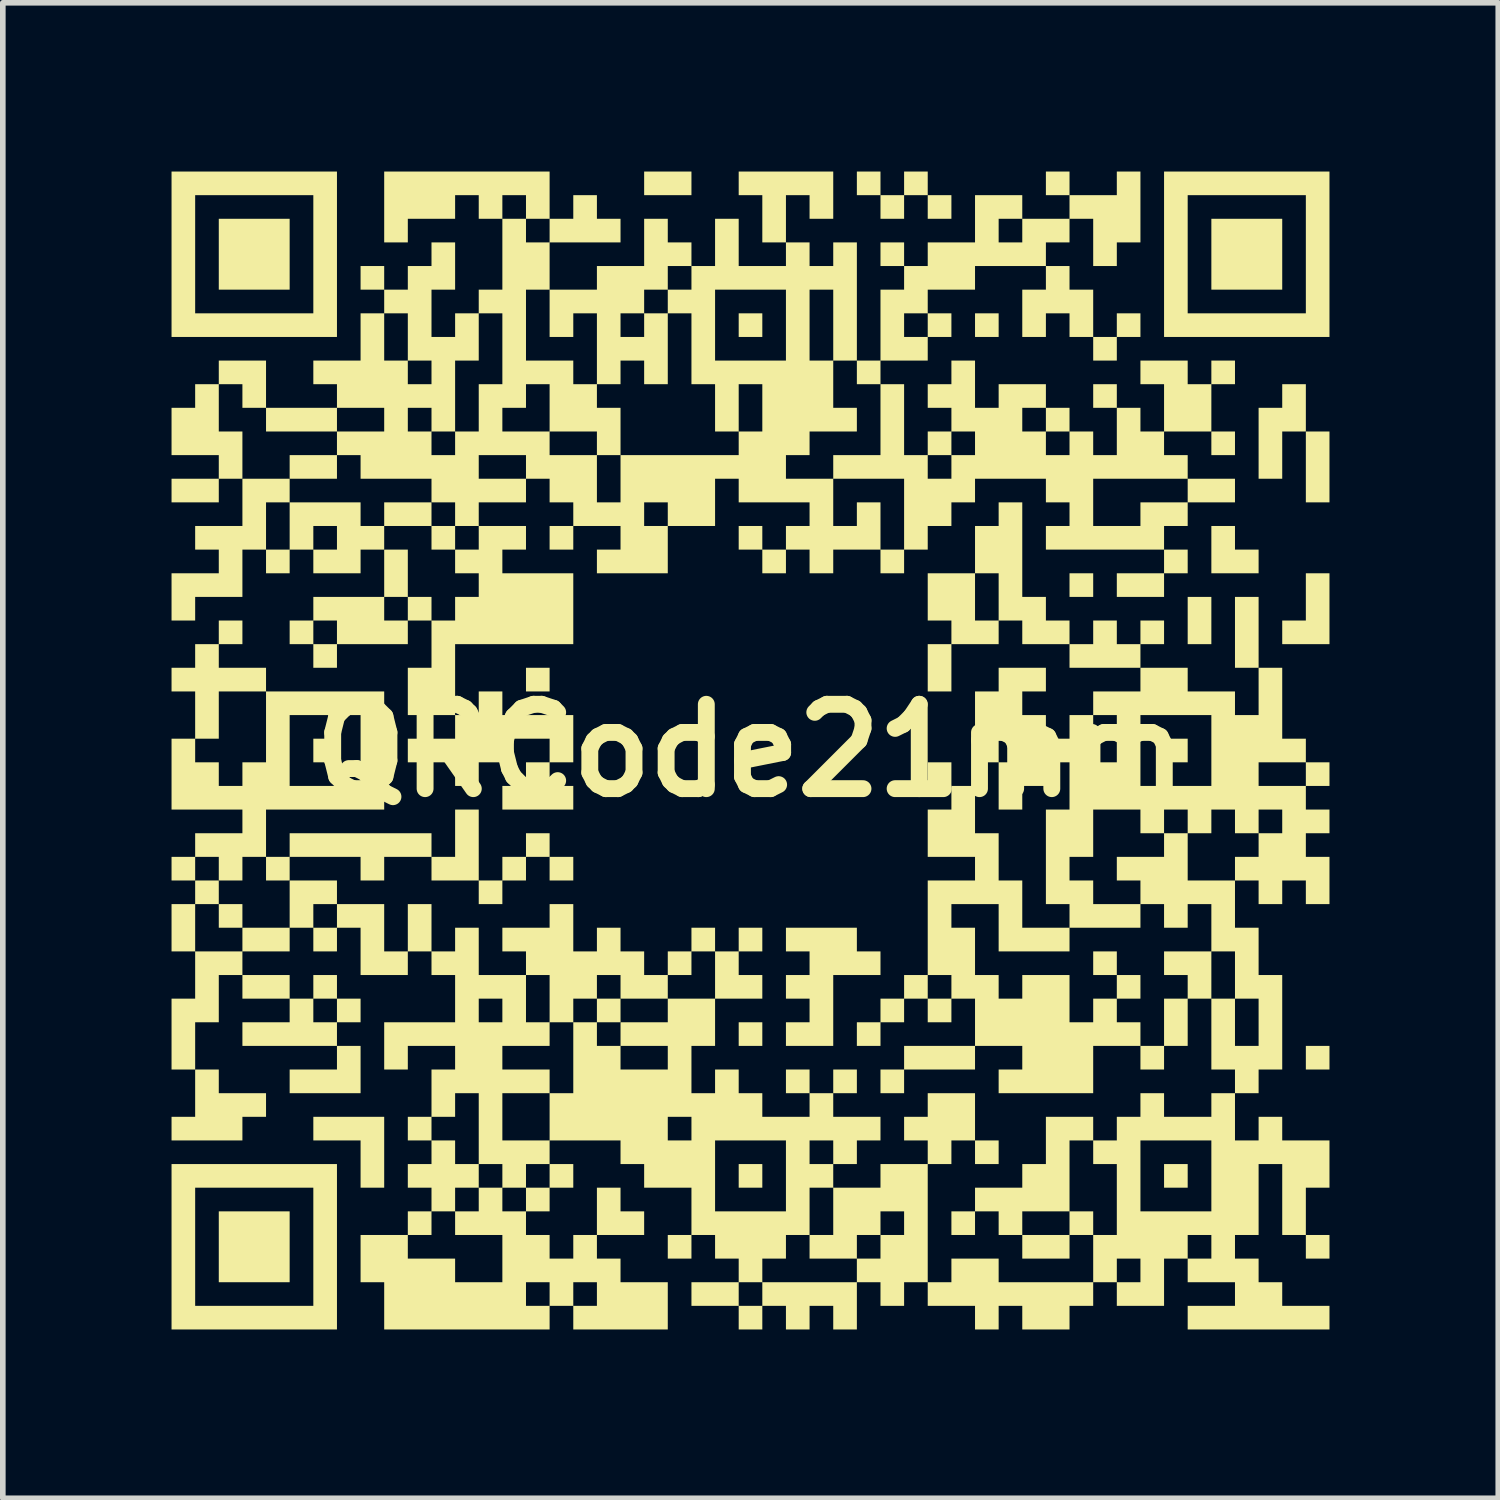
<source format=kicad_pcb>
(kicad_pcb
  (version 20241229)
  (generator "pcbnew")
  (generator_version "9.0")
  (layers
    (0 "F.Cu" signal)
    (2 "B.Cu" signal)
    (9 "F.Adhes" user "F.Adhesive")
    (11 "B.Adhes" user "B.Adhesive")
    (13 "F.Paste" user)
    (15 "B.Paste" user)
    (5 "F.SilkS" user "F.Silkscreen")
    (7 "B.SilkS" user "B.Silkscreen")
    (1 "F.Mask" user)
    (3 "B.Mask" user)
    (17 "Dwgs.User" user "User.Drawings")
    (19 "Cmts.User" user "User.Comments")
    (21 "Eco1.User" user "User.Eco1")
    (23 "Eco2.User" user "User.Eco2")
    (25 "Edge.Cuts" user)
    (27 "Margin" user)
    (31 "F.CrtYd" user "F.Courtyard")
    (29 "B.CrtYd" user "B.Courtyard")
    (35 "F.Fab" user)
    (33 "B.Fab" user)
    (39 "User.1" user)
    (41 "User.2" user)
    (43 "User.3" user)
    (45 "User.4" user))
  (footprint "QRCode21mm"
    (layer "F.Cu")
    (at 10.294 10.294)
    (property "Reference" "QRCode21mm" (at 0 0 0) (layer "F.SilkS") (effects (font (size 1.5 1.5) (thickness 0.3))))
    (attr board_only exclude_from_pos_files exclude_from_bom)
    (fp_poly (pts (xy -9.034 2.941) (xy -9.034 3.151) (xy -9.244 3.151) (xy -9.454 3.151) (xy -9.454 2.941) (xy -9.454 2.731) (xy -9.244 2.731) (xy -9.034 2.731)) (stroke (width 0) (type solid)) (fill yes) (layer "F.SilkS"))
    (fp_poly (pts (xy -8.194 -8.824) (xy -8.194 -8.194) (xy -8.824 -8.194) (xy -9.454 -8.194) (xy -9.454 -8.824) (xy -9.454 -9.454) (xy -8.824 -9.454) (xy -8.194 -9.454)) (stroke (width 0) (type solid)) (fill yes) (layer "F.SilkS"))
    (fp_poly (pts (xy -8.194 8.824) (xy -8.194 9.454) (xy -8.824 9.454) (xy -9.454 9.454) (xy -9.454 8.824) (xy -9.454 8.194) (xy -8.824 8.194) (xy -8.194 8.194)) (stroke (width 0) (type solid)) (fill yes) (layer "F.SilkS"))
    (fp_poly (pts (xy -7.353 -5.042) (xy -7.353 -4.832) (xy -7.773 -4.832) (xy -8.194 -4.832) (xy -8.194 -5.042) (xy -8.194 -5.252) (xy -7.773 -5.252) (xy -7.353 -5.252)) (stroke (width 0) (type solid)) (fill yes) (layer "F.SilkS"))
    (fp_poly (pts (xy -7.353 0) (xy -7.353 0.21) (xy -7.563 0.21) (xy -7.773 0.21) (xy -7.773 0) (xy -7.773 -0.21) (xy -7.563 -0.21) (xy -7.353 -0.21)) (stroke (width 0) (type solid)) (fill yes) (layer "F.SilkS"))
    (fp_poly (pts (xy -5.672 -4.202) (xy -5.672 -3.992) (xy -6.093 -3.992) (xy -6.513 -3.992) (xy -6.513 -4.202) (xy -6.513 -4.412) (xy -6.093 -4.412) (xy -5.672 -4.412)) (stroke (width 0) (type solid)) (fill yes) (layer "F.SilkS"))
    (fp_poly (pts (xy -5.252 -3.782) (xy -5.252 -3.572) (xy -5.462 -3.572) (xy -5.672 -3.572) (xy -5.672 -3.782) (xy -5.672 -3.992) (xy -5.462 -3.992) (xy -5.252 -3.992)) (stroke (width 0) (type solid)) (fill yes) (layer "F.SilkS"))
    (fp_poly (pts (xy -3.572 -1.261) (xy -3.572 -1.05) (xy -3.782 -1.05) (xy -3.992 -1.05) (xy -3.992 -1.261) (xy -3.992 -1.471) (xy -3.782 -1.471) (xy -3.572 -1.471)) (stroke (width 0) (type solid)) (fill yes) (layer "F.SilkS"))
    (fp_poly (pts (xy -3.151 2.101) (xy -3.151 2.311) (xy -3.361 2.311) (xy -3.572 2.311) (xy -3.572 2.101) (xy -3.572 1.891) (xy -3.361 1.891) (xy -3.151 1.891)) (stroke (width 0) (type solid)) (fill yes) (layer "F.SilkS"))
    (fp_poly (pts (xy -2.311 4.622) (xy -2.311 4.832) (xy -2.521 4.832) (xy -2.731 4.832) (xy -2.731 4.622) (xy -2.731 4.412) (xy -2.521 4.412) (xy -2.311 4.412)) (stroke (width 0) (type solid)) (fill yes) (layer "F.SilkS"))
    (fp_poly (pts (xy -1.05 -10.084) (xy -1.05 -9.874) (xy -1.471 -9.874) (xy -1.891 -9.874) (xy -1.891 -10.084) (xy -1.891 -10.294) (xy -1.471 -10.294) (xy -1.05 -10.294)) (stroke (width 0) (type solid)) (fill yes) (layer "F.SilkS"))
    (fp_poly (pts (xy 0.21 -7.563) (xy 0.21 -7.353) (xy 0 -7.353) (xy -0.21 -7.353) (xy -0.21 -7.563) (xy -0.21 -7.773) (xy 0 -7.773) (xy 0.21 -7.773)) (stroke (width 0) (type solid)) (fill yes) (layer "F.SilkS"))
    (fp_poly (pts (xy 0.21 5.042) (xy 0.21 5.252) (xy 0 5.252) (xy -0.21 5.252) (xy -0.21 5.042) (xy -0.21 4.832) (xy 0 4.832) (xy 0.21 4.832)) (stroke (width 0) (type solid)) (fill yes) (layer "F.SilkS"))
    (fp_poly (pts (xy 0.21 7.563) (xy 0.21 7.773) (xy 0 7.773) (xy -0.21 7.773) (xy -0.21 7.563) (xy -0.21 7.353) (xy 0 7.353) (xy 0.21 7.353)) (stroke (width 0) (type solid)) (fill yes) (layer "F.SilkS"))
    (fp_poly (pts (xy 3.572 -9.664) (xy 3.572 -9.454) (xy 3.361 -9.454) (xy 3.151 -9.454) (xy 3.151 -9.664) (xy 3.151 -9.874) (xy 3.361 -9.874) (xy 3.572 -9.874)) (stroke (width 0) (type solid)) (fill yes) (layer "F.SilkS"))
    (fp_poly (pts (xy 3.572 0.42) (xy 3.572 0.63) (xy 3.361 0.63) (xy 3.151 0.63) (xy 3.151 0.42) (xy 3.151 0.21) (xy 3.361 0.21) (xy 3.572 0.21)) (stroke (width 0) (type solid)) (fill yes) (layer "F.SilkS"))
    (fp_poly (pts (xy 4.412 -7.563) (xy 4.412 -7.353) (xy 4.202 -7.353) (xy 3.992 -7.353) (xy 3.992 -7.563) (xy 3.992 -7.773) (xy 4.202 -7.773) (xy 4.412 -7.773)) (stroke (width 0) (type solid)) (fill yes) (layer "F.SilkS"))
    (fp_poly (pts (xy 4.412 7.143) (xy 4.412 7.353) (xy 4.202 7.353) (xy 3.992 7.353) (xy 3.992 7.143) (xy 3.992 6.933) (xy 4.202 6.933) (xy 4.412 6.933)) (stroke (width 0) (type solid)) (fill yes) (layer "F.SilkS"))
    (fp_poly (pts (xy 6.093 -2.941) (xy 6.093 -2.731) (xy 5.883 -2.731) (xy 5.672 -2.731) (xy 5.672 -2.941) (xy 5.672 -3.151) (xy 5.883 -3.151) (xy 6.093 -3.151)) (stroke (width 0) (type solid)) (fill yes) (layer "F.SilkS"))
    (fp_poly (pts (xy 6.513 -6.303) (xy 6.513 -6.093) (xy 6.303 -6.093) (xy 6.093 -6.093) (xy 6.093 -6.303) (xy 6.093 -6.513) (xy 6.303 -6.513) (xy 6.513 -6.513)) (stroke (width 0) (type solid)) (fill yes) (layer "F.SilkS"))
    (fp_poly (pts (xy 6.513 3.782) (xy 6.513 3.992) (xy 6.303 3.992) (xy 6.093 3.992) (xy 6.093 3.782) (xy 6.093 3.572) (xy 6.303 3.572) (xy 6.513 3.572)) (stroke (width 0) (type solid)) (fill yes) (layer "F.SilkS"))
    (fp_poly (pts (xy 6.933 4.202) (xy 6.933 4.412) (xy 6.723 4.412) (xy 6.513 4.412) (xy 6.513 4.202) (xy 6.513 3.992) (xy 6.723 3.992) (xy 6.933 3.992)) (stroke (width 0) (type solid)) (fill yes) (layer "F.SilkS"))
    (fp_poly (pts (xy 7.773 0) (xy 7.773 0.21) (xy 7.563 0.21) (xy 7.353 0.21) (xy 7.353 0) (xy 7.353 -0.21) (xy 7.563 -0.21) (xy 7.773 -0.21)) (stroke (width 0) (type solid)) (fill yes) (layer "F.SilkS"))
    (fp_poly (pts (xy 7.773 7.563) (xy 7.773 7.773) (xy 7.563 7.773) (xy 7.353 7.773) (xy 7.353 7.563) (xy 7.353 7.353) (xy 7.563 7.353) (xy 7.773 7.353)) (stroke (width 0) (type solid)) (fill yes) (layer "F.SilkS"))
    (fp_poly (pts (xy 8.194 -2.311) (xy 8.194 -1.891) (xy 7.983 -1.891) (xy 7.773 -1.891) (xy 7.773 -2.311) (xy 7.773 -2.731) (xy 7.983 -2.731) (xy 8.194 -2.731)) (stroke (width 0) (type solid)) (fill yes) (layer "F.SilkS"))
    (fp_poly (pts (xy 8.614 -5.462) (xy 8.614 -5.252) (xy 8.404 -5.252) (xy 8.194 -5.252) (xy 8.194 -5.462) (xy 8.194 -5.672) (xy 8.404 -5.672) (xy 8.614 -5.672)) (stroke (width 0) (type solid)) (fill yes) (layer "F.SilkS"))
    (fp_poly (pts (xy 9.034 -2.101) (xy 9.034 -1.471) (xy 8.824 -1.471) (xy 8.614 -1.471) (xy 8.614 -2.101) (xy 8.614 -2.731) (xy 8.824 -2.731) (xy 9.034 -2.731)) (stroke (width 0) (type solid)) (fill yes) (layer "F.SilkS"))
    (fp_poly (pts (xy 9.454 -8.824) (xy 9.454 -8.194) (xy 8.824 -8.194) (xy 8.194 -8.194) (xy 8.194 -8.824) (xy 8.194 -9.454) (xy 8.824 -9.454) (xy 9.454 -9.454)) (stroke (width 0) (type solid)) (fill yes) (layer "F.SilkS"))
    (fp_poly (pts (xy 10.294 -5.042) (xy 10.294 -4.412) (xy 10.084 -4.412) (xy 9.874 -4.412) (xy 9.874 -5.042) (xy 9.874 -5.672) (xy 10.084 -5.672) (xy 10.294 -5.672)) (stroke (width 0) (type solid)) (fill yes) (layer "F.SilkS"))
    (fp_poly (pts (xy 10.294 5.462) (xy 10.294 5.672) (xy 10.084 5.672) (xy 9.874 5.672) (xy 9.874 5.462) (xy 9.874 5.252) (xy 10.084 5.252) (xy 10.294 5.252)) (stroke (width 0) (type solid)) (fill yes) (layer "F.SilkS"))
    (fp_poly (pts (xy 10.294 8.824) (xy 10.294 9.034) (xy 10.084 9.034) (xy 9.874 9.034) (xy 9.874 8.824) (xy 9.874 8.614) (xy 10.084 8.614) (xy 10.294 8.614)) (stroke (width 0) (type solid)) (fill yes) (layer "F.SilkS"))
    (fp_poly (pts (xy -6.933 5.672) (xy -6.933 6.093) (xy -7.563 6.093) (xy -8.194 6.093) (xy -8.194 5.883) (xy -8.194 5.672) (xy -7.773 5.672) (xy -7.353 5.672) (xy -7.353 5.462) (xy -7.353 5.252) (xy -7.143 5.252) (xy -6.933 5.252)) (stroke (width 0) (type solid)) (fill yes) (layer "F.SilkS"))
    (fp_poly (pts (xy -6.513 7.143) (xy -6.513 7.773) (xy -6.723 7.773) (xy -6.933 7.773) (xy -6.933 7.353) (xy -6.933 6.933) (xy -7.353 6.933) (xy -7.773 6.933) (xy -7.773 6.723) (xy -7.773 6.513) (xy -7.143 6.513) (xy -6.513 6.513)) (stroke (width 0) (type solid)) (fill yes) (layer "F.SilkS"))
    (fp_poly (pts (xy 8.614 -3.782) (xy 8.614 -3.572) (xy 8.824 -3.572) (xy 9.034 -3.572) (xy 9.034 -3.361) (xy 9.034 -3.151) (xy 8.614 -3.151) (xy 8.194 -3.151) (xy 8.194 -3.572) (xy 8.194 -3.992) (xy 8.404 -3.992) (xy 8.614 -3.992)) (stroke (width 0) (type solid)) (fill yes) (layer "F.SilkS"))
    (fp_poly (pts (xy 10.294 -2.521) (xy 10.294 -1.891) (xy 9.874 -1.891) (xy 9.454 -1.891) (xy 9.454 -2.101) (xy 9.454 -2.311) (xy 9.664 -2.311) (xy 9.874 -2.311) (xy 9.874 -2.731) (xy 9.874 -3.151) (xy 10.084 -3.151) (xy 10.294 -3.151)) (stroke (width 0) (type solid)) (fill yes) (layer "F.SilkS"))
    (fp_poly (pts (xy 7.773 -3.361) (xy 7.773 -3.151) (xy 7.563 -3.151) (xy 7.353 -3.151) (xy 7.353 -2.941) (xy 7.353 -2.731) (xy 6.933 -2.731) (xy 6.513 -2.731) (xy 6.513 -2.941) (xy 6.513 -3.151) (xy 6.933 -3.151) (xy 7.353 -3.151) (xy 7.353 -3.361) (xy 7.353 -3.572) (xy 7.563 -3.572) (xy 7.773 -3.572)) (stroke (width 0) (type solid)) (fill yes) (layer "F.SilkS"))
    (fp_poly (pts (xy 9.874 -6.093) (xy 9.874 -5.672) (xy 9.664 -5.672) (xy 9.454 -5.672) (xy 9.454 -5.252) (xy 9.454 -4.832) (xy 9.244 -4.832) (xy 9.034 -4.832) (xy 9.034 -5.462) (xy 9.034 -6.093) (xy 9.244 -6.093) (xy 9.454 -6.093) (xy 9.454 -6.303) (xy 9.454 -6.513) (xy 9.664 -6.513) (xy 9.874 -6.513)) (stroke (width 0) (type solid)) (fill yes) (layer "F.SilkS"))
    (fp_poly (pts (xy -7.353 -8.824) (xy -7.353 -7.353) (xy -8.824 -7.353) (xy -10.294 -7.353) (xy -10.294 -8.824) (xy -9.874 -8.824) (xy -9.874 -7.773) (xy -8.824 -7.773) (xy -7.773 -7.773) (xy -7.773 -8.824) (xy -7.773 -9.874) (xy -8.824 -9.874) (xy -9.874 -9.874) (xy -9.874 -8.824) (xy -10.294 -8.824) (xy -10.294 -10.294) (xy -8.824 -10.294) (xy -7.353 -10.294)) (stroke (width 0) (type solid)) (fill yes) (layer "F.SilkS"))
    (fp_poly (pts (xy -7.353 8.824) (xy -7.353 10.294) (xy -8.824 10.294) (xy -10.294 10.294) (xy -10.294 8.824) (xy -9.874 8.824) (xy -9.874 9.874) (xy -8.824 9.874) (xy -7.773 9.874) (xy -7.773 8.824) (xy -7.773 7.773) (xy -8.824 7.773) (xy -9.874 7.773) (xy -9.874 8.824) (xy -10.294 8.824) (xy -10.294 7.353) (xy -8.824 7.353) (xy -7.353 7.353)) (stroke (width 0) (type solid)) (fill yes) (layer "F.SilkS"))
    (fp_poly (pts (xy 10.294 -8.824) (xy 10.294 -7.353) (xy 8.824 -7.353) (xy 7.353 -7.353) (xy 7.353 -8.824) (xy 7.773 -8.824) (xy 7.773 -7.773) (xy 8.824 -7.773) (xy 9.874 -7.773) (xy 9.874 -8.824) (xy 9.874 -9.874) (xy 8.824 -9.874) (xy 7.773 -9.874) (xy 7.773 -8.824) (xy 7.353 -8.824) (xy 7.353 -10.294) (xy 8.824 -10.294) (xy 10.294 -10.294)) (stroke (width 0) (type solid)) (fill yes) (layer "F.SilkS"))
    (fp_poly (pts (xy -9.454 5.883) (xy -9.454 6.093) (xy -9.034 6.093) (xy -8.614 6.093) (xy -8.614 6.303) (xy -8.614 6.513) (xy -8.824 6.513) (xy -9.034 6.513) (xy -9.034 6.723) (xy -9.034 6.933) (xy -9.664 6.933) (xy -10.294 6.933) (xy -10.294 6.723) (xy -10.294 6.513) (xy -10.084 6.513) (xy -9.874 6.513) (xy -9.874 6.093) (xy -9.874 5.672) (xy -9.664 5.672) (xy -9.454 5.672)) (stroke (width 0) (type solid)) (fill yes) (layer "F.SilkS"))
    (fp_poly (pts (xy 1.471 -9.874) (xy 1.471 -9.454) (xy 1.261 -9.454) (xy 1.05 -9.454) (xy 1.05 -9.664) (xy 1.05 -9.874) (xy 0.84 -9.874) (xy 0.63 -9.874) (xy 0.63 -9.454) (xy 0.63 -9.034) (xy 0.42 -9.034) (xy 0.21 -9.034) (xy 0.21 -9.454) (xy 0.21 -9.874) (xy 0 -9.874) (xy -0.21 -9.874) (xy -0.21 -10.084) (xy -0.21 -10.294) (xy 0.63 -10.294) (xy 1.471 -10.294)) (stroke (width 0) (type solid)) (fill yes) (layer "F.SilkS"))
    (fp_poly (pts (xy 2.311 -10.084) (xy 2.311 -9.874) (xy 2.521 -9.874) (xy 2.731 -9.874) (xy 2.731 -10.084) (xy 2.731 -10.294) (xy 2.941 -10.294) (xy 3.151 -10.294) (xy 3.151 -10.084) (xy 3.151 -9.874) (xy 2.941 -9.874) (xy 2.731 -9.874) (xy 2.731 -9.664) (xy 2.731 -9.454) (xy 2.521 -9.454) (xy 2.311 -9.454) (xy 2.311 -9.664) (xy 2.311 -9.874) (xy 2.101 -9.874) (xy 1.891 -9.874) (xy 1.891 -10.084) (xy 1.891 -10.294) (xy 2.101 -10.294) (xy 2.311 -10.294)) (stroke (width 0) (type solid)) (fill yes) (layer "F.SilkS"))
    (fp_poly (pts (xy 1.891 3.361) (xy 1.891 3.572) (xy 2.101 3.572) (xy 2.311 3.572) (xy 2.311 3.782) (xy 2.311 3.992) (xy 1.891 3.992) (xy 1.471 3.992) (xy 1.471 4.622) (xy 1.471 5.252) (xy 1.05 5.252) (xy 0.63 5.252) (xy 0.63 5.042) (xy 0.63 4.832) (xy 0.84 4.832) (xy 1.05 4.832) (xy 1.05 4.622) (xy 1.05 4.412) (xy 0.84 4.412) (xy 0.63 4.412) (xy 0.63 4.202) (xy 0.63 3.992) (xy 0.84 3.992) (xy 1.05 3.992) (xy 1.05 3.782) (xy 1.05 3.572) (xy 0.84 3.572) (xy 0.63 3.572) (xy 0.63 3.361) (xy 0.63 3.151) (xy 1.261 3.151) (xy 1.891 3.151)) (stroke (width 0) (type solid)) (fill yes) (layer "F.SilkS"))
    (fp_poly (pts (xy -8.194 4.202) (xy -8.194 4.412) (xy -7.983 4.412) (xy -7.773 4.412) (xy -7.773 4.202) (xy -7.773 3.992) (xy -7.563 3.992) (xy -7.353 3.992) (xy -7.353 4.202) (xy -7.353 4.412) (xy -7.563 4.412) (xy -7.773 4.412) (xy -7.773 4.622) (xy -7.773 4.832) (xy -7.563 4.832) (xy -7.353 4.832) (xy -7.353 4.622) (xy -7.353 4.412) (xy -7.143 4.412) (xy -6.933 4.412) (xy -6.933 4.622) (xy -6.933 4.832) (xy -7.143 4.832) (xy -7.353 4.832) (xy -7.353 5.042) (xy -7.353 5.252) (xy -8.194 5.252) (xy -9.034 5.252) (xy -9.034 5.042) (xy -9.034 4.832) (xy -8.614 4.832) (xy -8.194 4.832) (xy -8.194 4.622) (xy -8.194 4.412) (xy -8.614 4.412) (xy -9.034 4.412) (xy -9.034 4.202) (xy -9.034 3.992) (xy -8.614 3.992) (xy -8.194 3.992)) (stroke (width 0) (type solid)) (fill yes) (layer "F.SilkS"))
    (fp_poly (pts (xy 5.672 -8.404) (xy 5.672 -8.194) (xy 5.883 -8.194) (xy 6.093 -8.194) (xy 6.093 -7.773) (xy 6.093 -7.353) (xy 6.303 -7.353) (xy 6.513 -7.353) (xy 6.513 -7.563) (xy 6.513 -7.773) (xy 6.723 -7.773) (xy 6.933 -7.773) (xy 6.933 -7.563) (xy 6.933 -7.353) (xy 6.723 -7.353) (xy 6.513 -7.353) (xy 6.513 -7.143) (xy 6.513 -6.933) (xy 6.303 -6.933) (xy 6.093 -6.933) (xy 6.093 -7.143) (xy 6.093 -7.353) (xy 5.883 -7.353) (xy 5.672 -7.353) (xy 5.672 -7.563) (xy 5.672 -7.773) (xy 5.462 -7.773) (xy 5.252 -7.773) (xy 5.252 -7.563) (xy 5.252 -7.353) (xy 5.042 -7.353) (xy 4.832 -7.353) (xy 4.832 -7.773) (xy 4.832 -8.194) (xy 5.042 -8.194) (xy 5.252 -8.194) (xy 5.252 -8.404) (xy 5.252 -8.614) (xy 5.462 -8.614) (xy 5.672 -8.614)) (stroke (width 0) (type solid)) (fill yes) (layer "F.SilkS"))
    (fp_poly (pts (xy -8.194 -4.622) (xy -8.194 -4.412) (xy -8.404 -4.412) (xy -8.614 -4.412) (xy -8.614 -3.992) (xy -8.614 -3.572) (xy -8.404 -3.572) (xy -8.194 -3.572) (xy -8.194 -3.782) (xy -7.773 -3.782) (xy -7.773 -3.572) (xy -7.563 -3.572) (xy -7.353 -3.572) (xy -7.353 -3.782) (xy -7.353 -3.992) (xy -7.563 -3.992) (xy -7.773 -3.992) (xy -7.773 -3.782) (xy -8.194 -3.782) (xy -8.194 -3.992) (xy -8.194 -4.412) (xy -7.563 -4.412) (xy -6.933 -4.412) (xy -6.933 -4.202) (xy -6.933 -3.992) (xy -6.723 -3.992) (xy -6.513 -3.992) (xy -6.513 -3.782) (xy -6.513 -3.572) (xy -6.723 -3.572) (xy -6.933 -3.572) (xy -6.933 -3.361) (xy -6.933 -3.151) (xy -7.353 -3.151) (xy -7.773 -3.151) (xy -7.773 -3.361) (xy -7.773 -3.572) (xy -7.983 -3.572) (xy -8.194 -3.572) (xy -8.194 -3.361) (xy -8.194 -3.151) (xy -8.404 -3.151) (xy -8.614 -3.151) (xy -8.614 -3.361) (xy -8.614 -3.572) (xy -8.824 -3.572) (xy -9.034 -3.572) (xy -9.034 -3.151) (xy -9.034 -2.731) (xy -9.454 -2.731) (xy -9.874 -2.731) (xy -9.874 -2.521) (xy -9.874 -2.311) (xy -10.084 -2.311) (xy -10.294 -2.311) (xy -10.294 -2.731) (xy -10.294 -3.151) (xy -9.874 -3.151) (xy -9.454 -3.151) (xy -9.454 -3.361) (xy -9.454 -3.572) (xy -9.664 -3.572) (xy -9.874 -3.572) (xy -9.874 -3.782) (xy -9.874 -3.992) (xy -9.454 -3.992) (xy -9.034 -3.992) (xy -9.034 -4.412) (xy -9.034 -4.832) (xy -8.614 -4.832) (xy -8.194 -4.832)) (stroke (width 0) (type solid)) (fill yes) (layer "F.SilkS"))
    (fp_poly (pts (xy 4.832 -3.572) (xy 4.832 -2.731) (xy 5.042 -2.731) (xy 5.252 -2.731) (xy 5.252 -2.521) (xy 5.252 -2.311) (xy 5.462 -2.311) (xy 5.672 -2.311) (xy 5.672 -2.101) (xy 5.672 -1.891) (xy 5.883 -1.891) (xy 6.093 -1.891) (xy 6.093 -2.101) (xy 6.093 -2.311) (xy 6.303 -2.311) (xy 6.513 -2.311) (xy 6.513 -2.101) (xy 6.513 -1.891) (xy 6.723 -1.891) (xy 6.933 -1.891) (xy 6.933 -2.101) (xy 6.933 -2.311) (xy 7.143 -2.311) (xy 7.353 -2.311) (xy 7.353 -2.101) (xy 7.353 -1.891) (xy 7.143 -1.891) (xy 6.933 -1.891) (xy 6.933 -1.681) (xy 6.933 -1.471) (xy 6.303 -1.471) (xy 5.672 -1.471) (xy 5.672 -1.681) (xy 5.672 -1.891) (xy 5.252 -1.891) (xy 4.832 -1.891) (xy 4.832 -2.101) (xy 4.832 -2.311) (xy 4.622 -2.311) (xy 4.412 -2.311) (xy 4.412 -2.101) (xy 4.412 -1.891) (xy 3.992 -1.891) (xy 3.572 -1.891) (xy 3.572 -1.471) (xy 3.572 -1.05) (xy 3.361 -1.05) (xy 3.151 -1.05) (xy 3.151 -1.471) (xy 3.151 -1.891) (xy 3.361 -1.891) (xy 3.572 -1.891) (xy 3.572 -2.101) (xy 3.572 -2.311) (xy 3.361 -2.311) (xy 3.151 -2.311) (xy 3.151 -2.731) (xy 3.992 -2.731) (xy 3.992 -2.311) (xy 4.202 -2.311) (xy 4.412 -2.311) (xy 4.412 -2.731) (xy 4.412 -3.151) (xy 4.202 -3.151) (xy 3.992 -3.151) (xy 3.992 -2.731) (xy 3.151 -2.731) (xy 3.151 -3.151) (xy 3.572 -3.151) (xy 3.992 -3.151) (xy 3.992 -3.572) (xy 3.992 -3.992) (xy 4.202 -3.992) (xy 4.412 -3.992) (xy 4.412 -4.202) (xy 4.412 -4.412) (xy 4.622 -4.412) (xy 4.832 -4.412)) (stroke (width 0) (type solid)) (fill yes) (layer "F.SilkS"))
    (fp_poly (pts (xy -3.992 -3.782) (xy -3.992 -3.572) (xy -4.202 -3.572) (xy -4.412 -3.572) (xy -4.412 -3.361) (xy -4.412 -3.151) (xy -3.782 -3.151) (xy -3.151 -3.151) (xy -3.151 -2.521) (xy -3.151 -1.891) (xy -4.202 -1.891) (xy -5.252 -1.891) (xy -5.252 -1.261) (xy -5.252 -0.63) (xy -5.042 -0.63) (xy -4.832 -0.63) (xy -4.832 -0.84) (xy -4.832 -1.05) (xy -4.622 -1.05) (xy -4.412 -1.05) (xy -4.412 -0.84) (xy -4.412 -0.63) (xy -3.782 -0.63) (xy -3.151 -0.63) (xy -3.151 -0.21) (xy -3.151 0.21) (xy -3.361 0.21) (xy -3.572 0.21) (xy -3.572 0.42) (xy -3.572 0.63) (xy -3.361 0.63) (xy -3.151 0.63) (xy -3.151 0.84) (xy -3.151 1.05) (xy -3.782 1.05) (xy -4.412 1.05) (xy -4.412 0.84) (xy -4.412 0.63) (xy -4.202 0.63) (xy -3.992 0.63) (xy -3.992 0.42) (xy -3.992 0.21) (xy -3.782 0.21) (xy -3.572 0.21) (xy -3.572 0) (xy -3.572 -0.21) (xy -3.992 -0.21) (xy -4.412 -0.21) (xy -4.412 0) (xy -4.412 0.21) (xy -4.622 0.21) (xy -4.832 0.21) (xy -4.832 0.42) (xy -4.832 0.63) (xy -5.042 0.63) (xy -5.252 0.63) (xy -5.252 0.42) (xy -5.252 0.21) (xy -5.672 0.21) (xy -6.093 0.21) (xy -6.093 0) (xy -6.093 -0.21) (xy -5.672 -0.21) (xy -5.252 -0.21) (xy -5.252 -0.42) (xy -5.252 -0.63) (xy -5.672 -0.63) (xy -6.093 -0.63) (xy -6.093 -1.05) (xy -6.093 -1.471) (xy -5.883 -1.471) (xy -5.672 -1.471) (xy -5.672 -1.891) (xy -5.672 -2.311) (xy -5.883 -2.311) (xy -6.093 -2.311) (xy -6.093 -2.101) (xy -6.093 -1.891) (xy -6.723 -1.891) (xy -7.353 -1.891) (xy -7.353 -1.681) (xy -7.353 -1.471) (xy -7.563 -1.471) (xy -7.773 -1.471) (xy -7.773 -1.681) (xy -7.773 -1.891) (xy -7.983 -1.891) (xy -8.194 -1.891) (xy -8.194 -2.101) (xy -7.773 -2.101) (xy -7.773 -1.891) (xy -7.563 -1.891) (xy -7.353 -1.891) (xy -7.353 -2.101) (xy -7.353 -2.311) (xy -7.563 -2.311) (xy -7.773 -2.311) (xy -7.773 -2.101) (xy -8.194 -2.101) (xy -8.194 -2.311) (xy -7.983 -2.311) (xy -7.773 -2.311) (xy -7.773 -2.521) (xy -7.773 -2.731) (xy -7.143 -2.731) (xy -6.513 -2.731) (xy -6.513 -3.151) (xy -6.513 -3.572) (xy -6.303 -3.572) (xy -6.093 -3.572) (xy -6.093 -3.151) (xy -6.093 -2.731) (xy -6.303 -2.731) (xy -6.513 -2.731) (xy -6.513 -2.521) (xy -6.513 -2.311) (xy -6.303 -2.311) (xy -6.093 -2.311) (xy -6.093 -2.521) (xy -6.093 -2.731) (xy -5.883 -2.731) (xy -5.672 -2.731) (xy -5.672 -2.521) (xy -5.672 -2.311) (xy -5.462 -2.311) (xy -5.252 -2.311) (xy -5.252 -2.521) (xy -5.252 -2.731) (xy -5.042 -2.731) (xy -4.832 -2.731) (xy -4.832 -2.941) (xy -4.832 -3.151) (xy -5.042 -3.151) (xy -5.252 -3.151) (xy -5.252 -3.361) (xy -5.252 -3.572) (xy -5.042 -3.572) (xy -4.832 -3.572) (xy -4.832 -3.782) (xy -4.832 -3.992) (xy -4.412 -3.992) (xy -3.992 -3.992)) (stroke (width 0) (type solid)) (fill yes) (layer "F.SilkS"))
    (fp_poly (pts (xy -9.034 -2.101) (xy -9.034 -1.891) (xy -9.244 -1.891) (xy -9.454 -1.891) (xy -9.454 -1.681) (xy -9.454 -1.471) (xy -9.034 -1.471) (xy -8.614 -1.471) (xy -8.614 -1.261) (xy -8.614 -1.05) (xy -9.034 -1.05) (xy -9.454 -1.05) (xy -9.454 -0.63) (xy -9.454 -0.21) (xy -9.664 -0.21) (xy -9.874 -0.21) (xy -9.874 0) (xy -9.874 0.21) (xy -9.664 0.21) (xy -9.454 0.21) (xy -9.454 0.42) (xy -9.454 0.63) (xy -9.244 0.63) (xy -9.034 0.63) (xy -9.034 0.42) (xy -9.034 0.21) (xy -8.824 0.21) (xy -8.614 0.21) (xy -8.614 0) (xy -8.194 0) (xy -8.194 0.63) (xy -7.563 0.63) (xy -6.933 0.63) (xy -6.933 0) (xy -6.933 -0.63) (xy -7.563 -0.63) (xy -8.194 -0.63) (xy -8.194 0) (xy -8.614 0) (xy -8.614 -0.42) (xy -8.614 -1.05) (xy -7.563 -1.05) (xy -6.513 -1.05) (xy -6.513 0) (xy -6.513 1.05) (xy -7.563 1.05) (xy -8.614 1.05) (xy -8.614 1.471) (xy -8.614 1.891) (xy -8.404 1.891) (xy -8.194 1.891) (xy -8.194 1.681) (xy -8.194 1.471) (xy -6.933 1.471) (xy -5.672 1.471) (xy -5.672 1.681) (xy -5.672 1.891) (xy -5.462 1.891) (xy -5.252 1.891) (xy -5.252 1.471) (xy -5.252 1.05) (xy -5.042 1.05) (xy -4.832 1.05) (xy -4.832 1.681) (xy -4.832 2.311) (xy -4.622 2.311) (xy -4.412 2.311) (xy -4.412 2.101) (xy -4.412 1.891) (xy -4.202 1.891) (xy -3.992 1.891) (xy -3.992 1.681) (xy -3.992 1.471) (xy -3.782 1.471) (xy -3.572 1.471) (xy -3.572 1.681) (xy -3.572 1.891) (xy -3.782 1.891) (xy -3.992 1.891) (xy -3.992 2.101) (xy -3.992 2.311) (xy -4.202 2.311) (xy -4.412 2.311) (xy -4.412 2.521) (xy -4.412 2.731) (xy -4.622 2.731) (xy -4.832 2.731) (xy -4.832 2.521) (xy -4.832 2.311) (xy -5.252 2.311) (xy -5.672 2.311) (xy -5.672 2.101) (xy -5.672 1.891) (xy -6.093 1.891) (xy -6.513 1.891) (xy -6.513 2.101) (xy -6.513 2.311) (xy -6.723 2.311) (xy -6.933 2.311) (xy -6.933 2.101) (xy -6.933 1.891) (xy -7.563 1.891) (xy -8.194 1.891) (xy -8.194 2.101) (xy -8.194 2.311) (xy -8.404 2.311) (xy -8.614 2.311) (xy -8.614 2.101) (xy -8.614 1.891) (xy -8.824 1.891) (xy -9.034 1.891) (xy -9.034 2.101) (xy -9.034 2.311) (xy -9.244 2.311) (xy -9.454 2.311) (xy -9.454 2.101) (xy -9.454 1.891) (xy -9.664 1.891) (xy -9.874 1.891) (xy -9.874 2.101) (xy -9.874 2.311) (xy -10.084 2.311) (xy -10.294 2.311) (xy -10.294 2.101) (xy -10.294 1.891) (xy -10.084 1.891) (xy -9.874 1.891) (xy -9.874 1.681) (xy -9.874 1.471) (xy -9.454 1.471) (xy -9.034 1.471) (xy -9.034 1.261) (xy -9.034 1.05) (xy -9.664 1.05) (xy -10.294 1.05) (xy -10.294 0.42) (xy -10.294 -0.21) (xy -10.084 -0.21) (xy -9.874 -0.21) (xy -9.874 -0.63) (xy -9.874 -1.05) (xy -10.084 -1.05) (xy -10.294 -1.05) (xy -10.294 -1.261) (xy -10.294 -1.471) (xy -10.084 -1.471) (xy -9.874 -1.471) (xy -9.874 -1.681) (xy -9.874 -1.891) (xy -9.664 -1.891) (xy -9.454 -1.891) (xy -9.454 -2.101) (xy -9.454 -2.311) (xy -9.244 -2.311) (xy -9.034 -2.311)) (stroke (width 0) (type solid)) (fill yes) (layer "F.SilkS"))
    (fp_poly (pts (xy -3.572 -9.874) (xy -3.572 -9.454) (xy -3.361 -9.454) (xy -3.151 -9.454) (xy -3.151 -9.664) (xy -3.151 -9.874) (xy -2.941 -9.874) (xy -2.731 -9.874) (xy -2.731 -9.664) (xy -2.731 -9.454) (xy -2.521 -9.454) (xy -2.311 -9.454) (xy -2.311 -9.244) (xy -2.311 -9.034) (xy -2.941 -9.034) (xy -3.572 -9.034) (xy -3.572 -8.614) (xy -3.572 -8.194) (xy -3.151 -8.194) (xy -2.731 -8.194) (xy -2.731 -8.404) (xy -2.731 -8.614) (xy -2.311 -8.614) (xy -1.891 -8.614) (xy -1.891 -9.034) (xy -1.891 -9.454) (xy -1.681 -9.454) (xy -1.471 -9.454) (xy -1.471 -9.244) (xy -1.471 -9.034) (xy -1.261 -9.034) (xy -1.05 -9.034) (xy -1.05 -8.824) (xy -1.05 -8.614) (xy -0.84 -8.614) (xy -0.63 -8.614) (xy -0.63 -9.034) (xy -0.63 -9.454) (xy -0.42 -9.454) (xy -0.21 -9.454) (xy -0.21 -9.034) (xy -0.21 -8.614) (xy 0.21 -8.614) (xy 0.63 -8.614) (xy 0.63 -8.824) (xy 0.63 -9.034) (xy 0.84 -9.034) (xy 1.05 -9.034) (xy 1.05 -8.824) (xy 1.05 -8.614) (xy 1.261 -8.614) (xy 1.471 -8.614) (xy 1.471 -8.824) (xy 1.471 -9.034) (xy 1.681 -9.034) (xy 1.891 -9.034) (xy 1.891 -7.983) (xy 1.891 -6.933) (xy 2.101 -6.933) (xy 2.311 -6.933) (xy 2.311 -7.563) (xy 2.311 -8.194) (xy 2.521 -8.194) (xy 2.731 -8.194) (xy 2.731 -8.404) (xy 2.731 -8.614) (xy 2.521 -8.614) (xy 2.311 -8.614) (xy 2.311 -8.824) (xy 2.311 -9.034) (xy 2.521 -9.034) (xy 2.731 -9.034) (xy 2.731 -8.824) (xy 2.731 -8.614) (xy 2.941 -8.614) (xy 3.151 -8.614) (xy 3.151 -8.824) (xy 3.151 -9.034) (xy 3.572 -9.034) (xy 3.992 -9.034) (xy 3.992 -9.244) (xy 4.412 -9.244) (xy 4.412 -9.034) (xy 4.622 -9.034) (xy 4.832 -9.034) (xy 4.832 -9.244) (xy 4.832 -9.454) (xy 4.622 -9.454) (xy 4.412 -9.454) (xy 4.412 -9.244) (xy 3.992 -9.244) (xy 3.992 -9.454) (xy 3.992 -9.874) (xy 4.412 -9.874) (xy 4.832 -9.874) (xy 4.832 -9.664) (xy 4.832 -9.454) (xy 5.252 -9.454) (xy 5.672 -9.454) (xy 5.672 -9.664) (xy 5.672 -9.874) (xy 5.462 -9.874) (xy 5.252 -9.874) (xy 5.252 -10.084) (xy 5.252 -10.294) (xy 5.462 -10.294) (xy 5.672 -10.294) (xy 5.672 -10.084) (xy 5.672 -9.874) (xy 6.093 -9.874) (xy 6.513 -9.874) (xy 6.513 -10.084) (xy 6.513 -10.294) (xy 6.723 -10.294) (xy 6.933 -10.294) (xy 6.933 -9.664) (xy 6.933 -9.034) (xy 6.723 -9.034) (xy 6.513 -9.034) (xy 6.513 -8.824) (xy 6.513 -8.614) (xy 6.303 -8.614) (xy 6.093 -8.614) (xy 6.093 -9.034) (xy 6.093 -9.454) (xy 5.883 -9.454) (xy 5.672 -9.454) (xy 5.672 -9.244) (xy 5.672 -9.034) (xy 5.462 -9.034) (xy 5.252 -9.034) (xy 5.252 -8.824) (xy 5.252 -8.614) (xy 4.622 -8.614) (xy 3.992 -8.614) (xy 3.992 -8.404) (xy 3.992 -8.194) (xy 3.572 -8.194) (xy 3.151 -8.194) (xy 3.151 -7.983) (xy 3.151 -7.773) (xy 2.941 -7.773) (xy 2.731 -7.773) (xy 2.731 -7.563) (xy 2.731 -7.353) (xy 2.941 -7.353) (xy 3.151 -7.353) (xy 3.151 -7.563) (xy 3.151 -7.773) (xy 3.361 -7.773) (xy 3.572 -7.773) (xy 3.572 -7.563) (xy 3.572 -7.353) (xy 3.361 -7.353) (xy 3.151 -7.353) (xy 3.151 -7.143) (xy 3.151 -6.933) (xy 2.731 -6.933) (xy 2.311 -6.933) (xy 2.311 -6.723) (xy 2.311 -6.513) (xy 2.101 -6.513) (xy 1.891 -6.513) (xy 1.891 -6.723) (xy 1.891 -6.933) (xy 1.681 -6.933) (xy 1.471 -6.933) (xy 1.471 -6.513) (xy 1.471 -6.093) (xy 1.681 -6.093) (xy 1.891 -6.093) (xy 1.891 -5.883) (xy 1.891 -5.672) (xy 1.471 -5.672) (xy 1.05 -5.672) (xy 1.05 -5.462) (xy 1.05 -5.252) (xy 0.84 -5.252) (xy 0.63 -5.252) (xy 0.63 -5.042) (xy 0.63 -4.832) (xy 1.05 -4.832) (xy 1.471 -4.832) (xy 1.471 -5.042) (xy 1.471 -5.252) (xy 1.891 -5.252) (xy 2.311 -5.252) (xy 2.311 -5.883) (xy 2.311 -6.513) (xy 2.521 -6.513) (xy 2.731 -6.513) (xy 2.731 -5.883) (xy 2.731 -5.252) (xy 2.941 -5.252) (xy 3.151 -5.252) (xy 3.151 -5.042) (xy 3.151 -4.832) (xy 3.361 -4.832) (xy 3.572 -4.832) (xy 3.572 -5.042) (xy 3.572 -5.252) (xy 3.782 -5.252) (xy 3.992 -5.252) (xy 3.992 -5.462) (xy 3.992 -5.672) (xy 3.782 -5.672) (xy 3.572 -5.672) (xy 3.572 -5.462) (xy 3.572 -5.252) (xy 3.361 -5.252) (xy 3.151 -5.252) (xy 3.151 -5.462) (xy 3.151 -5.672) (xy 3.361 -5.672) (xy 3.572 -5.672) (xy 3.572 -5.883) (xy 3.572 -6.093) (xy 3.361 -6.093) (xy 3.151 -6.093) (xy 3.151 -6.303) (xy 3.151 -6.513) (xy 3.361 -6.513) (xy 3.572 -6.513) (xy 3.572 -6.723) (xy 3.572 -6.933) (xy 3.782 -6.933) (xy 3.992 -6.933) (xy 3.992 -6.513) (xy 3.992 -6.093) (xy 4.202 -6.093) (xy 4.412 -6.093) (xy 4.412 -6.303) (xy 4.412 -6.513) (xy 4.832 -6.513) (xy 5.252 -6.513) (xy 5.252 -6.303) (xy 5.252 -6.093) (xy 5.042 -6.093) (xy 4.832 -6.093) (xy 4.832 -5.883) (xy 4.832 -5.672) (xy 5.042 -5.672) (xy 5.252 -5.672) (xy 5.252 -5.883) (xy 5.252 -6.093) (xy 5.462 -6.093) (xy 5.672 -6.093) (xy 5.672 -5.883) (xy 5.672 -5.672) (xy 5.462 -5.672) (xy 5.252 -5.672) (xy 5.252 -5.462) (xy 5.252 -5.252) (xy 5.462 -5.252) (xy 5.672 -5.252) (xy 5.672 -5.462) (xy 5.672 -5.672) (xy 5.883 -5.672) (xy 6.093 -5.672) (xy 6.093 -5.462) (xy 6.093 -5.252) (xy 6.303 -5.252) (xy 6.513 -5.252) (xy 6.513 -5.672) (xy 6.513 -6.093) (xy 6.723 -6.093) (xy 6.933 -6.093) (xy 6.933 -5.883) (xy 6.933 -5.672) (xy 7.143 -5.672) (xy 7.353 -5.672) (xy 7.353 -6.093) (xy 7.353 -6.513) (xy 7.143 -6.513) (xy 6.933 -6.513) (xy 6.933 -6.723) (xy 6.933 -6.933) (xy 7.353 -6.933) (xy 7.773 -6.933) (xy 7.773 -6.723) (xy 7.773 -6.513) (xy 7.983 -6.513) (xy 8.194 -6.513) (xy 8.194 -6.723) (xy 8.194 -6.933) (xy 8.404 -6.933) (xy 8.614 -6.933) (xy 8.614 -6.723) (xy 8.614 -6.513) (xy 8.404 -6.513) (xy 8.194 -6.513) (xy 8.194 -6.093) (xy 8.194 -5.672) (xy 7.773 -5.672) (xy 7.353 -5.672) (xy 7.353 -5.462) (xy 7.353 -5.252) (xy 7.563 -5.252) (xy 7.773 -5.252) (xy 7.773 -5.042) (xy 7.773 -4.832) (xy 6.933 -4.832) (xy 6.093 -4.832) (xy 6.093 -4.412) (xy 6.093 -3.992) (xy 6.513 -3.992) (xy 6.933 -3.992) (xy 6.933 -4.202) (xy 6.933 -4.412) (xy 7.353 -4.412) (xy 7.773 -4.412) (xy 7.773 -4.622) (xy 7.773 -4.832) (xy 8.194 -4.832) (xy 8.614 -4.832) (xy 8.614 -4.622) (xy 8.614 -4.412) (xy 8.194 -4.412) (xy 7.773 -4.412) (xy 7.773 -4.202) (xy 7.773 -3.992) (xy 7.563 -3.992) (xy 7.353 -3.992) (xy 7.353 -3.782) (xy 7.353 -3.572) (xy 6.303 -3.572) (xy 5.252 -3.572) (xy 5.252 -3.782) (xy 5.252 -3.992) (xy 5.462 -3.992) (xy 5.672 -3.992) (xy 5.672 -4.202) (xy 5.672 -4.412) (xy 5.462 -4.412) (xy 5.252 -4.412) (xy 5.252 -4.622) (xy 5.252 -4.832) (xy 4.622 -4.832) (xy 3.992 -4.832) (xy 3.992 -4.622) (xy 3.992 -4.412) (xy 3.782 -4.412) (xy 3.572 -4.412) (xy 3.572 -4.202) (xy 3.572 -3.992) (xy 3.361 -3.992) (xy 3.151 -3.992) (xy 3.151 -3.782) (xy 3.151 -3.572) (xy 2.941 -3.572) (xy 2.731 -3.572) (xy 2.731 -3.361) (xy 2.731 -3.151) (xy 2.521 -3.151) (xy 2.311 -3.151) (xy 2.311 -3.361) (xy 2.311 -3.572) (xy 1.891 -3.572) (xy 1.471 -3.572) (xy 1.471 -3.361) (xy 1.471 -3.151) (xy 1.261 -3.151) (xy 1.05 -3.151) (xy 1.05 -3.361) (xy 1.05 -3.572) (xy 0.84 -3.572) (xy 0.63 -3.572) (xy 0.63 -3.361) (xy 0.63 -3.151) (xy 0.42 -3.151) (xy 0.21 -3.151) (xy 0.21 -3.361) (xy 0.21 -3.572) (xy 0 -3.572) (xy -0.21 -3.572) (xy -0.21 -3.782) (xy -0.21 -3.992) (xy 0 -3.992) (xy 0.21 -3.992) (xy 0.21 -3.782) (xy 0.21 -3.572) (xy 0.42 -3.572) (xy 0.63 -3.572) (xy 0.63 -3.782) (xy 0.63 -3.992) (xy 0.84 -3.992) (xy 1.05 -3.992) (xy 1.05 -4.202) (xy 1.05 -4.412) (xy 1.471 -4.412) (xy 1.471 -3.992) (xy 1.681 -3.992) (xy 1.891 -3.992) (xy 1.891 -4.202) (xy 1.891 -4.412) (xy 2.101 -4.412) (xy 2.311 -4.412) (xy 2.311 -3.992) (xy 2.311 -3.572) (xy 2.521 -3.572) (xy 2.731 -3.572) (xy 2.731 -4.202) (xy 2.731 -4.832) (xy 2.101 -4.832) (xy 1.471 -4.832) (xy 1.471 -4.412) (xy 1.05 -4.412) (xy 0.42 -4.412) (xy -0.21 -4.412) (xy -0.21 -4.622) (xy -0.21 -4.832) (xy -0.42 -4.832) (xy -0.63 -4.832) (xy -0.63 -4.412) (xy -0.63 -3.992) (xy -1.05 -3.992) (xy -1.471 -3.992) (xy -1.471 -3.572) (xy -1.471 -3.151) (xy -2.101 -3.151) (xy -2.731 -3.151) (xy -2.731 -3.361) (xy -2.731 -3.572) (xy -2.521 -3.572) (xy -2.311 -3.572) (xy -2.311 -3.782) (xy -2.311 -3.992) (xy -2.731 -3.992) (xy -3.151 -3.992) (xy -3.151 -3.782) (xy -3.151 -3.572) (xy -3.361 -3.572) (xy -3.572 -3.572) (xy -3.572 -3.782) (xy -3.572 -3.992) (xy -3.361 -3.992) (xy -3.151 -3.992) (xy -3.151 -4.202) (xy -1.891 -4.202) (xy -1.891 -3.992) (xy -1.681 -3.992) (xy -1.471 -3.992) (xy -1.471 -4.202) (xy -1.471 -4.412) (xy -1.681 -4.412) (xy -1.891 -4.412) (xy -1.891 -4.202) (xy -3.151 -4.202) (xy -3.151 -4.412) (xy -3.361 -4.412) (xy -3.572 -4.412) (xy -3.572 -4.622) (xy -3.572 -4.832) (xy -3.782 -4.832) (xy -3.992 -4.832) (xy -3.992 -4.622) (xy -3.992 -4.412) (xy -4.412 -4.412) (xy -4.832 -4.412) (xy -4.832 -4.202) (xy -4.832 -3.992) (xy -5.042 -3.992) (xy -5.252 -3.992) (xy -5.252 -4.202) (xy -5.252 -4.412) (xy -5.462 -4.412) (xy -5.672 -4.412) (xy -5.672 -4.622) (xy -5.672 -4.832) (xy -6.303 -4.832) (xy -6.933 -4.832) (xy -6.933 -5.042) (xy -4.832 -5.042) (xy -4.832 -4.832) (xy -4.412 -4.832) (xy -3.992 -4.832) (xy -3.992 -5.042) (xy -3.992 -5.252) (xy -4.412 -5.252) (xy -4.832 -5.252) (xy -4.832 -5.042) (xy -6.933 -5.042) (xy -6.933 -5.252) (xy -7.143 -5.252) (xy -7.353 -5.252) (xy -7.353 -5.462) (xy -7.353 -5.672) (xy -6.933 -5.672) (xy -6.513 -5.672) (xy -6.513 -5.883) (xy -6.513 -6.093) (xy -6.093 -6.093) (xy -6.093 -5.883) (xy -6.093 -5.672) (xy -5.883 -5.672) (xy -5.672 -5.672) (xy -5.672 -5.462) (xy -5.672 -5.252) (xy -5.462 -5.252) (xy -5.252 -5.252) (xy -5.252 -5.462) (xy -5.252 -5.672) (xy -5.042 -5.672) (xy -4.832 -5.672) (xy -4.832 -6.093) (xy -4.412 -6.093) (xy -4.412 -5.883) (xy -4.412 -5.672) (xy -3.992 -5.672) (xy -3.572 -5.672) (xy -3.572 -6.093) (xy -3.572 -6.513) (xy -3.782 -6.513) (xy -3.992 -6.513) (xy -3.992 -6.303) (xy -3.992 -6.093) (xy -4.202 -6.093) (xy -4.412 -6.093) (xy -4.832 -6.093) (xy -4.832 -6.513) (xy -4.622 -6.513) (xy -4.412 -6.513) (xy -4.412 -7.143) (xy -4.412 -7.563) (xy -3.992 -7.563) (xy -3.992 -6.933) (xy -3.572 -6.933) (xy -3.151 -6.933) (xy -3.151 -6.723) (xy -3.151 -6.513) (xy -2.941 -6.513) (xy -2.731 -6.513) (xy -2.731 -6.303) (xy -2.731 -6.093) (xy -2.521 -6.093) (xy -2.311 -6.093) (xy -2.311 -5.672) (xy -2.311 -5.252) (xy -2.521 -5.252) (xy -2.731 -5.252) (xy -2.731 -5.462) (xy -2.731 -5.672) (xy -3.151 -5.672) (xy -3.572 -5.672) (xy -3.572 -5.462) (xy -3.572 -5.252) (xy -3.151 -5.252) (xy -2.731 -5.252) (xy -2.731 -4.832) (xy -2.731 -4.412) (xy -2.521 -4.412) (xy -2.311 -4.412) (xy -2.311 -4.832) (xy -2.311 -5.252) (xy -1.261 -5.252) (xy -0.21 -5.252) (xy -0.21 -5.462) (xy -0.21 -5.672) (xy 0 -5.672) (xy 0.21 -5.672) (xy 0.21 -6.093) (xy 0.21 -6.513) (xy 0 -6.513) (xy -0.21 -6.513) (xy -0.21 -6.093) (xy -0.21 -5.672) (xy -0.42 -5.672) (xy -0.63 -5.672) (xy -0.63 -6.093) (xy -0.63 -6.513) (xy -0.84 -6.513) (xy -1.05 -6.513) (xy -1.05 -7.143) (xy -1.05 -7.563) (xy -0.63 -7.563) (xy -0.63 -6.933) (xy 0 -6.933) (xy 0.63 -6.933) (xy 0.63 -7.563) (xy 1.05 -7.563) (xy 1.05 -6.933) (xy 1.261 -6.933) (xy 1.471 -6.933) (xy 1.471 -7.563) (xy 1.471 -8.194) (xy 1.261 -8.194) (xy 1.05 -8.194) (xy 1.05 -7.563) (xy 0.63 -7.563) (xy 0.63 -8.194) (xy 0 -8.194) (xy -0.63 -8.194) (xy -0.63 -7.563) (xy -1.05 -7.563) (xy -1.05 -7.773) (xy -1.261 -7.773) (xy -1.471 -7.773) (xy -1.471 -7.143) (xy -1.471 -6.513) (xy -1.681 -6.513) (xy -1.891 -6.513) (xy -1.891 -6.723) (xy -1.891 -6.933) (xy -2.101 -6.933) (xy -2.311 -6.933) (xy -2.311 -6.723) (xy -2.311 -6.513) (xy -2.521 -6.513) (xy -2.731 -6.513) (xy -2.731 -7.143) (xy -2.731 -7.773) (xy -2.311 -7.773) (xy -2.311 -7.563) (xy -2.311 -7.353) (xy -2.101 -7.353) (xy -1.891 -7.353) (xy -1.891 -7.563) (xy -1.891 -7.773) (xy -1.681 -7.773) (xy -1.471 -7.773) (xy -1.471 -7.983) (xy -1.471 -8.194) (xy -1.261 -8.194) (xy -1.05 -8.194) (xy -1.05 -8.404) (xy -1.05 -8.614) (xy -1.261 -8.614) (xy -1.471 -8.614) (xy -1.471 -8.404) (xy -1.471 -8.194) (xy -1.681 -8.194) (xy -1.891 -8.194) (xy -1.891 -7.983) (xy -1.891 -7.773) (xy -2.101 -7.773) (xy -2.311 -7.773) (xy -2.731 -7.773) (xy -2.941 -7.773) (xy -3.151 -7.773) (xy -3.151 -7.563) (xy -3.151 -7.353) (xy -3.361 -7.353) (xy -3.572 -7.353) (xy -3.572 -7.773) (xy -3.572 -8.194) (xy -3.782 -8.194) (xy -3.992 -8.194) (xy -3.992 -7.563) (xy -4.412 -7.563) (xy -4.412 -7.773) (xy -4.622 -7.773) (xy -4.832 -7.773) (xy -4.832 -7.353) (xy -4.832 -6.933) (xy -5.042 -6.933) (xy -5.252 -6.933) (xy -5.252 -6.303) (xy -5.252 -5.672) (xy -5.462 -5.672) (xy -5.672 -5.672) (xy -5.672 -5.883) (xy -5.672 -6.093) (xy -5.883 -6.093) (xy -6.093 -6.093) (xy -6.513 -6.093) (xy -6.933 -6.093) (xy -7.353 -6.093) (xy -7.353 -5.883) (xy -7.353 -5.672) (xy -7.983 -5.672) (xy -8.614 -5.672) (xy -8.614 -5.883) (xy -8.614 -6.093) (xy -8.824 -6.093) (xy -9.034 -6.093) (xy -9.034 -6.303) (xy -9.034 -6.513) (xy -9.244 -6.513) (xy -9.454 -6.513) (xy -9.454 -6.093) (xy -9.454 -5.672) (xy -9.244 -5.672) (xy -9.034 -5.672) (xy -9.034 -5.252) (xy -9.034 -4.832) (xy -9.244 -4.832) (xy -9.454 -4.832) (xy -9.454 -4.622) (xy -9.454 -4.412) (xy -9.874 -4.412) (xy -10.294 -4.412) (xy -10.294 -4.622) (xy -10.294 -4.832) (xy -9.874 -4.832) (xy -9.454 -4.832) (xy -9.454 -5.042) (xy -9.454 -5.252) (xy -9.874 -5.252) (xy -10.294 -5.252) (xy -10.294 -5.672) (xy -10.294 -6.093) (xy -10.084 -6.093) (xy -9.874 -6.093) (xy -9.874 -6.303) (xy -9.874 -6.513) (xy -9.664 -6.513) (xy -9.454 -6.513) (xy -9.454 -6.723) (xy -9.454 -6.933) (xy -9.034 -6.933) (xy -8.614 -6.933) (xy -8.614 -6.513) (xy -8.614 -6.093) (xy -7.983 -6.093) (xy -7.353 -6.093) (xy -7.353 -6.303) (xy -7.353 -6.513) (xy -7.563 -6.513) (xy -7.773 -6.513) (xy -7.773 -6.723) (xy -6.093 -6.723) (xy -6.093 -6.513) (xy -5.883 -6.513) (xy -5.672 -6.513) (xy -5.672 -6.723) (xy -5.672 -6.933) (xy -5.883 -6.933) (xy -6.093 -6.933) (xy -6.093 -6.723) (xy -7.773 -6.723) (xy -7.773 -6.933) (xy -7.353 -6.933) (xy -6.933 -6.933) (xy -6.933 -7.353) (xy -6.513 -7.353) (xy -6.513 -6.933) (xy -6.303 -6.933) (xy -6.093 -6.933) (xy -6.093 -7.353) (xy -6.093 -7.773) (xy -6.303 -7.773) (xy -6.513 -7.773) (xy -6.513 -7.353) (xy -6.933 -7.353) (xy -6.933 -7.773) (xy -6.723 -7.773) (xy -6.513 -7.773) (xy -6.513 -7.983) (xy -6.513 -8.194) (xy -6.723 -8.194) (xy -6.933 -8.194) (xy -6.933 -8.404) (xy -6.933 -8.614) (xy -6.723 -8.614) (xy -6.513 -8.614) (xy -6.513 -8.404) (xy -6.513 -8.194) (xy -6.303 -8.194) (xy -6.093 -8.194) (xy -6.093 -8.404) (xy -6.093 -8.614) (xy -5.883 -8.614) (xy -5.672 -8.614) (xy -5.672 -8.824) (xy -5.672 -9.034) (xy -5.462 -9.034) (xy -5.252 -9.034) (xy -5.252 -8.614) (xy -5.252 -8.194) (xy -5.462 -8.194) (xy -5.672 -8.194) (xy -5.672 -7.773) (xy -5.672 -7.353) (xy -5.462 -7.353) (xy -5.252 -7.353) (xy -5.252 -7.563) (xy -5.252 -7.773) (xy -5.042 -7.773) (xy -4.832 -7.773) (xy -4.832 -7.983) (xy -4.832 -8.194) (xy -4.622 -8.194) (xy -4.412 -8.194) (xy -4.412 -8.824) (xy -4.412 -9.244) (xy -3.992 -9.244) (xy -3.992 -9.034) (xy -3.782 -9.034) (xy -3.572 -9.034) (xy -3.572 -9.244) (xy -3.572 -9.454) (xy -3.782 -9.454) (xy -3.992 -9.454) (xy -3.992 -9.244) (xy -4.412 -9.244) (xy -4.412 -9.454) (xy -4.622 -9.454) (xy -4.832 -9.454) (xy -4.832 -9.664) (xy -4.412 -9.664) (xy -4.412 -9.454) (xy -4.202 -9.454) (xy -3.992 -9.454) (xy -3.992 -9.664) (xy -3.992 -9.874) (xy -4.202 -9.874) (xy -4.412 -9.874) (xy -4.412 -9.664) (xy -4.832 -9.664) (xy -4.832 -9.874) (xy -5.042 -9.874) (xy -5.252 -9.874) (xy -5.252 -9.664) (xy -5.252 -9.454) (xy -5.672 -9.454) (xy -6.093 -9.454) (xy -6.093 -9.244) (xy -6.093 -9.034) (xy -6.303 -9.034) (xy -6.513 -9.034) (xy -6.513 -9.664) (xy -6.513 -10.294) (xy -5.042 -10.294) (xy -3.572 -10.294)) (stroke (width 0) (type solid)) (fill yes) (layer "F.SilkS"))
    (fp_poly (pts (xy 5.252 -1.261) (xy 5.252 -1.05) (xy 5.042 -1.05) (xy 4.832 -1.05) (xy 4.832 -0.84) (xy 4.832 -0.63) (xy 5.042 -0.63) (xy 5.252 -0.63) (xy 5.252 -0.42) (xy 5.252 -0.21) (xy 5.462 -0.21) (xy 5.672 -0.21) (xy 6.093 -0.21) (xy 6.093 0.21) (xy 6.303 0.21) (xy 6.513 0.21) (xy 6.513 0) (xy 6.933 0) (xy 6.933 0.63) (xy 7.563 0.63) (xy 8.194 0.63) (xy 8.194 0) (xy 8.194 -0.63) (xy 7.563 -0.63) (xy 6.933 -0.63) (xy 6.933 0) (xy 6.513 0) (xy 6.513 -0.21) (xy 6.513 -0.63) (xy 6.303 -0.63) (xy 6.093 -0.63) (xy 6.093 -0.21) (xy 5.672 -0.21) (xy 5.672 -0.42) (xy 5.672 -0.63) (xy 5.883 -0.63) (xy 6.093 -0.63) (xy 6.093 -0.84) (xy 6.093 -1.05) (xy 6.513 -1.05) (xy 6.933 -1.05) (xy 6.933 -1.261) (xy 6.933 -1.471) (xy 7.353 -1.471) (xy 7.773 -1.471) (xy 7.773 -1.261) (xy 7.773 -1.05) (xy 8.194 -1.05) (xy 8.614 -1.05) (xy 8.614 -0.84) (xy 8.614 -0.63) (xy 8.824 -0.63) (xy 9.034 -0.63) (xy 9.034 -1.05) (xy 9.034 -1.471) (xy 9.244 -1.471) (xy 9.454 -1.471) (xy 9.454 -0.84) (xy 9.454 -0.21) (xy 9.664 -0.21) (xy 9.874 -0.21) (xy 9.874 0) (xy 9.874 0.21) (xy 9.454 0.21) (xy 9.034 0.21) (xy 9.034 0.42) (xy 9.034 0.63) (xy 9.454 0.63) (xy 9.874 0.63) (xy 9.874 0.42) (xy 9.874 0.21) (xy 10.084 0.21) (xy 10.294 0.21) (xy 10.294 0.42) (xy 10.294 0.63) (xy 10.084 0.63) (xy 9.874 0.63) (xy 9.874 0.84) (xy 9.874 1.05) (xy 10.084 1.05) (xy 10.294 1.05) (xy 10.294 1.261) (xy 10.294 1.471) (xy 10.084 1.471) (xy 9.874 1.471) (xy 9.874 1.681) (xy 9.874 1.891) (xy 10.084 1.891) (xy 10.294 1.891) (xy 10.294 2.311) (xy 10.294 2.731) (xy 10.084 2.731) (xy 9.874 2.731) (xy 9.874 2.521) (xy 9.874 2.311) (xy 9.664 2.311) (xy 9.454 2.311) (xy 9.454 2.521) (xy 9.454 2.731) (xy 9.244 2.731) (xy 9.034 2.731) (xy 9.034 2.521) (xy 9.034 2.311) (xy 8.824 2.311) (xy 8.614 2.311) (xy 8.614 2.731) (xy 8.614 3.151) (xy 8.824 3.151) (xy 9.034 3.151) (xy 9.034 3.572) (xy 9.034 3.992) (xy 9.244 3.992) (xy 9.454 3.992) (xy 9.454 4.832) (xy 9.454 5.672) (xy 9.244 5.672) (xy 9.034 5.672) (xy 9.034 5.883) (xy 9.034 6.093) (xy 8.824 6.093) (xy 8.614 6.093) (xy 8.614 6.513) (xy 8.614 6.933) (xy 8.824 6.933) (xy 9.034 6.933) (xy 9.034 6.723) (xy 9.034 6.513) (xy 9.244 6.513) (xy 9.454 6.513) (xy 9.454 6.723) (xy 9.454 6.933) (xy 9.874 6.933) (xy 10.294 6.933) (xy 10.294 7.353) (xy 10.294 7.773) (xy 10.084 7.773) (xy 9.874 7.773) (xy 9.874 8.194) (xy 9.874 8.614) (xy 9.664 8.614) (xy 9.454 8.614) (xy 9.454 7.983) (xy 9.454 7.353) (xy 9.244 7.353) (xy 9.034 7.353) (xy 9.034 7.983) (xy 9.034 8.614) (xy 8.824 8.614) (xy 8.614 8.614) (xy 8.614 8.824) (xy 8.614 9.034) (xy 8.824 9.034) (xy 9.034 9.034) (xy 9.034 9.244) (xy 9.034 9.454) (xy 9.244 9.454) (xy 9.454 9.454) (xy 9.454 9.664) (xy 9.454 9.874) (xy 9.874 9.874) (xy 10.294 9.874) (xy 10.294 10.084) (xy 10.294 10.294) (xy 9.034 10.294) (xy 7.773 10.294) (xy 7.773 10.084) (xy 7.773 9.874) (xy 8.194 9.874) (xy 8.614 9.874) (xy 8.614 9.664) (xy 8.614 9.454) (xy 8.194 9.454) (xy 7.773 9.454) (xy 7.773 9.244) (xy 7.773 9.034) (xy 7.563 9.034) (xy 7.353 9.034) (xy 7.353 9.454) (xy 7.353 9.874) (xy 6.933 9.874) (xy 6.513 9.874) (xy 6.513 9.664) (xy 6.513 9.454) (xy 6.303 9.454) (xy 6.093 9.454) (xy 6.093 9.664) (xy 6.093 9.874) (xy 5.883 9.874) (xy 5.672 9.874) (xy 5.672 10.084) (xy 5.672 10.294) (xy 5.252 10.294) (xy 4.832 10.294) (xy 4.832 10.084) (xy 4.832 9.874) (xy 4.622 9.874) (xy 4.412 9.874) (xy 4.412 10.084) (xy 4.412 10.294) (xy 4.202 10.294) (xy 3.992 10.294) (xy 3.992 10.084) (xy 3.992 9.874) (xy 3.572 9.874) (xy 3.151 9.874) (xy 3.151 9.664) (xy 3.151 9.454) (xy 2.941 9.454) (xy 2.731 9.454) (xy 2.731 9.664) (xy 2.731 9.874) (xy 2.521 9.874) (xy 2.311 9.874) (xy 2.311 9.664) (xy 2.311 9.454) (xy 2.101 9.454) (xy 1.891 9.454) (xy 1.891 9.874) (xy 1.891 10.294) (xy 1.681 10.294) (xy 1.471 10.294) (xy 1.471 10.084) (xy 1.471 9.874) (xy 1.261 9.874) (xy 1.05 9.874) (xy 1.05 10.084) (xy 1.05 10.294) (xy 0.84 10.294) (xy 0.63 10.294) (xy 0.63 10.084) (xy 0.63 9.874) (xy 0.42 9.874) (xy 0.21 9.874) (xy 0.21 10.084) (xy 0.21 10.294) (xy 0 10.294) (xy -0.21 10.294) (xy -0.21 10.084) (xy -0.21 9.874) (xy -0.63 9.874) (xy -1.05 9.874) (xy -1.05 9.664) (xy -1.05 9.454) (xy -0.63 9.454) (xy -0.21 9.454) (xy -0.21 9.664) (xy -0.21 9.874) (xy 0 9.874) (xy 0.21 9.874) (xy 0.21 9.664) (xy 0.21 9.454) (xy 1.05 9.454) (xy 1.891 9.454) (xy 1.891 9.244) (xy 1.891 9.034) (xy 2.101 9.034) (xy 2.311 9.034) (xy 2.311 8.824) (xy 2.311 8.614) (xy 2.521 8.614) (xy 2.731 8.614) (xy 2.731 8.404) (xy 2.731 8.194) (xy 2.521 8.194) (xy 2.311 8.194) (xy 2.311 8.404) (xy 2.311 8.614) (xy 2.101 8.614) (xy 1.891 8.614) (xy 1.891 8.824) (xy 1.891 9.034) (xy 1.471 9.034) (xy 1.05 9.034) (xy 1.05 8.824) (xy 1.05 8.614) (xy 1.261 8.614) (xy 1.471 8.614) (xy 1.471 8.194) (xy 1.471 7.773) (xy 1.261 7.773) (xy 1.05 7.773) (xy 1.05 8.194) (xy 1.05 8.614) (xy 0.84 8.614) (xy 0.63 8.614) (xy 0.63 8.824) (xy 0.63 9.034) (xy 0.42 9.034) (xy 0.21 9.034) (xy 0.21 9.244) (xy 0.21 9.454) (xy 0 9.454) (xy -0.21 9.454) (xy -0.21 9.244) (xy -0.21 9.034) (xy -0.42 9.034) (xy -0.63 9.034) (xy -0.63 8.824) (xy -0.63 8.614) (xy -0.84 8.614) (xy -1.05 8.614) (xy -1.05 8.824) (xy -1.05 9.034) (xy -1.261 9.034) (xy -1.471 9.034) (xy -1.471 8.824) (xy -1.471 8.614) (xy -1.261 8.614) (xy -1.05 8.614) (xy -1.05 8.194) (xy -1.05 7.773) (xy -1.471 7.773) (xy -1.891 7.773) (xy -1.891 7.563) (xy -0.63 7.563) (xy -0.63 8.194) (xy 0 8.194) (xy 0.63 8.194) (xy 0.63 7.563) (xy 0.63 7.143) (xy 1.05 7.143) (xy 1.05 7.353) (xy 1.261 7.353) (xy 1.471 7.353) (xy 1.471 7.143) (xy 1.471 6.933) (xy 1.261 6.933) (xy 1.05 6.933) (xy 1.05 7.143) (xy 0.63 7.143) (xy 0.63 6.933) (xy 0 6.933) (xy -0.63 6.933) (xy -0.63 7.563) (xy -1.891 7.563) (xy -1.891 7.353) (xy -2.101 7.353) (xy -2.311 7.353) (xy -2.311 7.143) (xy -2.311 6.933) (xy -2.941 6.933) (xy -3.572 6.933) (xy -3.572 7.143) (xy -3.572 7.353) (xy -3.782 7.353) (xy -3.992 7.353) (xy -3.992 7.563) (xy -3.992 7.773) (xy -4.202 7.773) (xy -4.412 7.773) (xy -4.412 7.563) (xy -4.412 7.353) (xy -4.622 7.353) (xy -4.832 7.353) (xy -4.832 7.563) (xy -4.832 7.773) (xy -5.042 7.773) (xy -5.252 7.773) (xy -5.252 7.983) (xy -5.252 8.194) (xy -5.462 8.194) (xy -5.672 8.194) (xy -5.672 8.404) (xy -5.672 8.614) (xy -5.883 8.614) (xy -6.093 8.614) (xy -6.093 8.824) (xy -6.093 9.034) (xy -5.672 9.034) (xy -5.252 9.034) (xy -5.252 9.244) (xy -5.252 9.454) (xy -4.832 9.454) (xy -4.412 9.454) (xy -4.412 9.034) (xy -4.412 8.614) (xy -4.832 8.614) (xy -5.252 8.614) (xy -5.252 8.404) (xy -5.252 8.194) (xy -5.042 8.194) (xy -4.832 8.194) (xy -4.832 7.983) (xy -4.832 7.773) (xy -4.622 7.773) (xy -4.412 7.773) (xy -4.412 7.983) (xy -4.412 8.194) (xy -4.202 8.194) (xy -3.992 8.194) (xy -3.992 7.983) (xy -3.992 7.773) (xy -3.782 7.773) (xy -3.572 7.773) (xy -3.572 7.563) (xy -3.572 7.353) (xy -3.361 7.353) (xy -3.151 7.353) (xy -3.151 7.563) (xy -3.151 7.773) (xy -3.361 7.773) (xy -3.572 7.773) (xy -3.572 7.983) (xy -3.572 8.194) (xy -3.782 8.194) (xy -3.992 8.194) (xy -3.992 8.404) (xy -3.992 8.614) (xy -3.782 8.614) (xy -3.572 8.614) (xy -3.572 8.824) (xy -3.572 9.034) (xy -3.361 9.034) (xy -3.151 9.034) (xy -3.151 8.824) (xy -3.151 8.614) (xy -2.941 8.614) (xy -2.731 8.614) (xy -2.731 8.194) (xy -2.731 7.773) (xy -2.521 7.773) (xy -2.311 7.773) (xy -2.311 7.983) (xy -2.311 8.194) (xy -2.101 8.194) (xy -1.891 8.194) (xy -1.891 8.404) (xy -1.891 8.614) (xy -2.311 8.614) (xy -2.731 8.614) (xy -2.731 8.824) (xy -2.731 9.034) (xy -2.521 9.034) (xy -2.311 9.034) (xy -2.311 9.244) (xy -2.311 9.454) (xy -1.891 9.454) (xy -1.471 9.454) (xy -1.471 9.874) (xy -1.471 10.294) (xy -2.311 10.294) (xy -3.151 10.294) (xy -3.151 10.084) (xy -3.151 9.874) (xy -3.361 9.874) (xy -3.572 9.874) (xy -3.572 10.084) (xy -3.572 10.294) (xy -5.042 10.294) (xy -6.513 10.294) (xy -6.513 9.874) (xy -6.513 9.664) (xy -3.992 9.664) (xy -3.992 9.874) (xy -3.782 9.874) (xy -3.572 9.874) (xy -3.572 9.664) (xy -3.151 9.664) (xy -3.151 9.874) (xy -2.941 9.874) (xy -2.731 9.874) (xy -2.731 9.664) (xy -2.731 9.454) (xy -2.941 9.454) (xy -3.151 9.454) (xy -3.151 9.664) (xy -3.572 9.664) (xy -3.572 9.454) (xy -3.782 9.454) (xy -3.992 9.454) (xy -3.992 9.664) (xy -6.513 9.664) (xy -6.513 9.454) (xy -6.723 9.454) (xy -6.933 9.454) (xy -6.933 9.034) (xy -6.933 8.614) (xy -6.513 8.614) (xy -6.093 8.614) (xy -6.093 8.404) (xy -6.093 8.194) (xy -5.883 8.194) (xy -5.672 8.194) (xy -5.672 7.983) (xy -5.672 7.773) (xy -5.883 7.773) (xy -6.093 7.773) (xy -6.093 7.563) (xy -6.093 7.353) (xy -5.883 7.353) (xy -5.672 7.353) (xy -5.672 7.143) (xy -5.672 6.933) (xy -5.462 6.933) (xy -5.252 6.933) (xy -5.252 7.143) (xy -5.252 7.353) (xy -5.042 7.353) (xy -4.832 7.353) (xy -4.832 6.723) (xy -4.832 6.093) (xy -5.042 6.093) (xy -5.252 6.093) (xy -5.252 6.303) (xy -5.252 6.513) (xy -5.462 6.513) (xy -5.672 6.513) (xy -5.672 6.723) (xy -5.672 6.933) (xy -5.883 6.933) (xy -6.093 6.933) (xy -6.093 6.723) (xy -6.093 6.513) (xy -5.883 6.513) (xy -5.672 6.513) (xy -5.672 6.093) (xy -5.672 5.672) (xy -5.462 5.672) (xy -5.252 5.672) (xy -5.252 5.462) (xy -5.252 5.252) (xy -4.412 5.252) (xy -4.412 5.462) (xy -4.412 5.672) (xy -3.992 5.672) (xy -3.572 5.672) (xy -3.572 5.883) (xy -3.572 6.093) (xy -3.992 6.093) (xy -4.412 6.093) (xy -4.412 6.513) (xy -4.412 6.933) (xy -3.992 6.933) (xy -3.572 6.933) (xy -3.572 6.723) (xy -1.471 6.723) (xy -1.471 6.933) (xy -1.261 6.933) (xy -1.05 6.933) (xy -1.05 6.723) (xy -1.05 6.513) (xy -1.261 6.513) (xy -1.471 6.513) (xy -1.471 6.723) (xy -3.572 6.723) (xy -3.572 6.513) (xy -3.572 6.093) (xy -3.361 6.093) (xy -3.151 6.093) (xy -3.151 5.462) (xy -2.311 5.462) (xy -2.311 5.672) (xy -1.891 5.672) (xy -1.471 5.672) (xy -1.471 5.462) (xy -1.471 5.252) (xy -1.891 5.252) (xy -2.311 5.252) (xy -2.311 5.462) (xy -3.151 5.462) (xy -3.151 4.832) (xy -2.941 4.832) (xy -2.731 4.832) (xy -2.731 5.042) (xy -2.731 5.252) (xy -2.521 5.252) (xy -2.311 5.252) (xy -2.311 5.042) (xy -2.311 4.832) (xy -1.891 4.832) (xy -1.471 4.832) (xy -1.471 4.622) (xy -1.471 4.412) (xy -1.05 4.412) (xy -0.63 4.412) (xy -0.63 3.992) (xy -0.63 3.572) (xy -0.84 3.572) (xy -1.05 3.572) (xy -1.05 3.782) (xy -1.05 3.992) (xy -1.261 3.992) (xy -1.471 3.992) (xy -1.471 4.202) (xy -1.471 4.412) (xy -1.891 4.412) (xy -2.311 4.412) (xy -2.311 4.202) (xy -2.311 3.992) (xy -2.521 3.992) (xy -2.731 3.992) (xy -2.731 4.202) (xy -2.731 4.412) (xy -2.941 4.412) (xy -3.151 4.412) (xy -3.151 4.622) (xy -3.151 4.832) (xy -3.361 4.832) (xy -3.572 4.832) (xy -3.572 4.412) (xy -3.572 3.992) (xy -3.782 3.992) (xy -3.992 3.992) (xy -3.992 4.412) (xy -3.992 4.832) (xy -3.782 4.832) (xy -3.572 4.832) (xy -3.572 5.042) (xy -3.572 5.252) (xy -3.992 5.252) (xy -4.412 5.252) (xy -5.252 5.252) (xy -5.672 5.252) (xy -6.093 5.252) (xy -6.093 5.462) (xy -6.093 5.672) (xy -6.303 5.672) (xy -6.513 5.672) (xy -6.513 5.252) (xy -6.513 4.832) (xy -5.883 4.832) (xy -5.252 4.832) (xy -5.252 4.622) (xy -4.832 4.622) (xy -4.832 4.832) (xy -4.622 4.832) (xy -4.412 4.832) (xy -4.412 4.622) (xy -4.412 4.412) (xy -4.622 4.412) (xy -4.832 4.412) (xy -4.832 4.622) (xy -5.252 4.622) (xy -5.252 4.412) (xy -5.252 3.992) (xy -5.462 3.992) (xy -5.672 3.992) (xy -5.672 3.782) (xy -5.672 3.572) (xy -5.883 3.572) (xy -6.093 3.572) (xy -6.093 3.782) (xy -6.093 3.992) (xy -6.513 3.992) (xy -6.933 3.992) (xy -6.933 3.572) (xy -6.933 3.151) (xy -7.143 3.151) (xy -7.353 3.151) (xy -7.353 3.361) (xy -7.353 3.572) (xy -7.563 3.572) (xy -7.773 3.572) (xy -7.773 3.361) (xy -7.773 3.151) (xy -7.983 3.151) (xy -8.194 3.151) (xy -8.194 3.361) (xy -8.194 3.572) (xy -8.614 3.572) (xy -9.034 3.572) (xy -9.034 3.782) (xy -9.034 3.992) (xy -9.244 3.992) (xy -9.454 3.992) (xy -9.454 4.412) (xy -9.454 4.832) (xy -9.664 4.832) (xy -9.874 4.832) (xy -9.874 5.252) (xy -9.874 5.672) (xy -10.084 5.672) (xy -10.294 5.672) (xy -10.294 5.042) (xy -10.294 4.412) (xy -10.084 4.412) (xy -9.874 4.412) (xy -9.874 3.992) (xy -9.874 3.572) (xy -10.084 3.572) (xy -10.294 3.572) (xy -10.294 3.151) (xy -10.294 2.731) (xy -10.084 2.731) (xy -9.874 2.731) (xy -9.874 2.521) (xy -9.874 2.311) (xy -9.664 2.311) (xy -9.454 2.311) (xy -9.454 2.521) (xy -9.454 2.731) (xy -9.664 2.731) (xy -9.874 2.731) (xy -9.874 3.151) (xy -9.874 3.572) (xy -9.454 3.572) (xy -9.034 3.572) (xy -9.034 3.361) (xy -9.034 3.151) (xy -8.614 3.151) (xy -8.194 3.151) (xy -8.194 2.731) (xy -8.194 2.311) (xy -7.773 2.311) (xy -7.353 2.311) (xy -7.353 2.521) (xy -7.353 2.731) (xy -7.563 2.731) (xy -7.773 2.731) (xy -7.773 2.941) (xy -7.773 3.151) (xy -7.563 3.151) (xy -7.353 3.151) (xy -7.353 2.941) (xy -7.353 2.731) (xy -6.933 2.731) (xy -6.513 2.731) (xy -6.513 3.151) (xy -6.513 3.572) (xy -6.303 3.572) (xy -6.093 3.572) (xy -6.093 3.151) (xy -6.093 2.731) (xy -5.883 2.731) (xy -5.672 2.731) (xy -5.672 3.151) (xy -5.672 3.572) (xy -5.462 3.572) (xy -5.252 3.572) (xy -5.252 3.361) (xy -5.252 3.151) (xy -5.042 3.151) (xy -4.832 3.151) (xy -4.832 3.572) (xy -4.832 3.992) (xy -4.412 3.992) (xy -3.992 3.992) (xy -3.992 3.782) (xy -3.992 3.572) (xy -4.202 3.572) (xy -4.412 3.572) (xy -4.412 3.361) (xy -4.412 3.151) (xy -3.992 3.151) (xy -3.572 3.151) (xy -3.572 2.941) (xy -3.572 2.731) (xy -3.361 2.731) (xy -3.151 2.731) (xy -3.151 3.151) (xy -3.151 3.572) (xy -2.941 3.572) (xy -2.731 3.572) (xy -2.731 3.361) (xy -2.731 3.151) (xy -2.521 3.151) (xy -2.311 3.151) (xy -2.311 3.361) (xy -2.311 3.572) (xy -2.101 3.572) (xy -1.891 3.572) (xy -1.891 3.782) (xy -1.891 3.992) (xy -1.681 3.992) (xy -1.471 3.992) (xy -1.471 3.782) (xy -1.471 3.572) (xy -1.261 3.572) (xy -1.05 3.572) (xy -1.05 3.361) (xy -1.05 3.151) (xy -0.84 3.151) (xy -0.63 3.151) (xy -0.63 3.361) (xy -0.63 3.572) (xy -0.42 3.572) (xy -0.21 3.572) (xy -0.21 3.361) (xy -0.21 3.151) (xy 0 3.151) (xy 0.21 3.151) (xy 0.21 3.361) (xy 0.21 3.572) (xy 0 3.572) (xy -0.21 3.572) (xy -0.21 3.782) (xy -0.21 3.992) (xy 0 3.992) (xy 0.21 3.992) (xy 0.21 4.202) (xy 0.21 4.412) (xy -0.21 4.412) (xy -0.63 4.412) (xy -0.63 4.832) (xy -0.63 5.252) (xy -0.84 5.252) (xy -1.05 5.252) (xy -1.05 5.672) (xy -1.05 6.093) (xy -0.84 6.093) (xy -0.63 6.093) (xy -0.63 5.883) (xy -0.63 5.672) (xy -0.42 5.672) (xy -0.21 5.672) (xy -0.21 5.883) (xy -0.21 6.093) (xy 0 6.093) (xy 0.21 6.093) (xy 0.21 6.303) (xy 0.21 6.513) (xy 0.63 6.513) (xy 1.05 6.513) (xy 1.05 6.303) (xy 1.05 6.093) (xy 0.84 6.093) (xy 0.63 6.093) (xy 0.63 5.883) (xy 0.63 5.672) (xy 0.84 5.672) (xy 1.05 5.672) (xy 1.05 5.883) (xy 1.05 6.093) (xy 1.261 6.093) (xy 1.471 6.093) (xy 1.471 5.883) (xy 1.471 5.672) (xy 1.681 5.672) (xy 1.891 5.672) (xy 1.891 5.883) (xy 1.891 6.093) (xy 1.681 6.093) (xy 1.471 6.093) (xy 1.471 6.303) (xy 1.471 6.513) (xy 1.891 6.513) (xy 2.311 6.513) (xy 2.311 6.723) (xy 2.311 6.933) (xy 2.101 6.933) (xy 1.891 6.933) (xy 1.891 7.143) (xy 1.891 7.353) (xy 1.681 7.353) (xy 1.471 7.353) (xy 1.471 7.563) (xy 1.471 7.773) (xy 1.891 7.773) (xy 2.311 7.773) (xy 2.311 7.563) (xy 2.311 7.353) (xy 2.731 7.353) (xy 3.151 7.353) (xy 3.151 7.143) (xy 3.151 6.933) (xy 2.941 6.933) (xy 2.731 6.933) (xy 2.731 6.723) (xy 2.731 6.513) (xy 2.941 6.513) (xy 3.151 6.513) (xy 3.151 6.303) (xy 3.151 6.093) (xy 3.572 6.093) (xy 3.992 6.093) (xy 3.992 6.513) (xy 3.992 6.933) (xy 3.782 6.933) (xy 3.572 6.933) (xy 3.572 7.143) (xy 3.572 7.353) (xy 3.361 7.353) (xy 3.151 7.353) (xy 3.151 8.404) (xy 3.151 9.454) (xy 3.361 9.454) (xy 3.572 9.454) (xy 3.572 9.244) (xy 3.572 9.034) (xy 3.992 9.034) (xy 4.412 9.034) (xy 4.412 9.244) (xy 4.412 9.454) (xy 5.252 9.454) (xy 6.093 9.454) (xy 6.093 9.244) (xy 6.513 9.244) (xy 6.513 9.454) (xy 6.723 9.454) (xy 6.933 9.454) (xy 6.933 9.244) (xy 6.933 9.034) (xy 6.723 9.034) (xy 6.513 9.034) (xy 6.513 9.244) (xy 6.093 9.244) (xy 6.093 9.034) (xy 6.093 8.824) (xy 7.773 8.824) (xy 7.773 9.034) (xy 7.983 9.034) (xy 8.194 9.034) (xy 8.194 8.824) (xy 8.194 8.614) (xy 7.983 8.614) (xy 7.773 8.614) (xy 7.773 8.824) (xy 6.093 8.824) (xy 6.093 8.614) (xy 5.883 8.614) (xy 5.672 8.614) (xy 5.672 8.824) (xy 5.672 9.034) (xy 5.252 9.034) (xy 4.832 9.034) (xy 4.832 8.824) (xy 4.832 8.614) (xy 4.622 8.614) (xy 4.412 8.614) (xy 4.412 8.404) (xy 4.412 8.194) (xy 4.832 8.194) (xy 4.832 8.404) (xy 4.832 8.614) (xy 5.252 8.614) (xy 5.672 8.614) (xy 5.672 8.404) (xy 5.672 8.194) (xy 5.883 8.194) (xy 6.093 8.194) (xy 6.093 8.404) (xy 6.093 8.614) (xy 6.303 8.614) (xy 6.513 8.614) (xy 6.513 7.983) (xy 6.513 7.563) (xy 6.933 7.563) (xy 6.933 8.194) (xy 7.563 8.194) (xy 8.194 8.194) (xy 8.194 7.563) (xy 8.194 6.933) (xy 7.563 6.933) (xy 6.933 6.933) (xy 6.933 7.563) (xy 6.513 7.563) (xy 6.513 7.353) (xy 6.303 7.353) (xy 6.093 7.353) (xy 6.093 7.143) (xy 6.093 6.933) (xy 5.883 6.933) (xy 5.672 6.933) (xy 5.672 7.563) (xy 5.672 8.194) (xy 5.252 8.194) (xy 4.832 8.194) (xy 4.412 8.194) (xy 4.202 8.194) (xy 3.992 8.194) (xy 3.992 8.404) (xy 3.992 8.614) (xy 3.782 8.614) (xy 3.572 8.614) (xy 3.572 8.404) (xy 3.572 8.194) (xy 3.782 8.194) (xy 3.992 8.194) (xy 3.992 7.983) (xy 3.992 7.773) (xy 4.412 7.773) (xy 4.832 7.773) (xy 4.832 7.563) (xy 4.832 7.353) (xy 5.042 7.353) (xy 5.252 7.353) (xy 5.252 6.933) (xy 5.252 6.513) (xy 5.672 6.513) (xy 6.093 6.513) (xy 6.093 6.723) (xy 6.093 6.933) (xy 6.303 6.933) (xy 6.513 6.933) (xy 6.513 6.723) (xy 6.513 6.513) (xy 6.723 6.513) (xy 6.933 6.513) (xy 6.933 6.303) (xy 6.933 6.093) (xy 7.143 6.093) (xy 7.353 6.093) (xy 7.353 6.303) (xy 7.353 6.513) (xy 7.773 6.513) (xy 8.194 6.513) (xy 8.194 6.303) (xy 8.194 6.093) (xy 8.404 6.093) (xy 8.614 6.093) (xy 8.614 5.883) (xy 8.614 5.672) (xy 8.404 5.672) (xy 8.194 5.672) (xy 8.194 5.042) (xy 8.194 4.832) (xy 8.614 4.832) (xy 8.614 5.252) (xy 8.824 5.252) (xy 9.034 5.252) (xy 9.034 4.832) (xy 9.034 4.412) (xy 8.824 4.412) (xy 8.614 4.412) (xy 8.614 4.832) (xy 8.194 4.832) (xy 8.194 4.412) (xy 7.983 4.412) (xy 7.773 4.412) (xy 7.773 4.832) (xy 7.773 5.252) (xy 7.563 5.252) (xy 7.353 5.252) (xy 7.353 5.462) (xy 7.353 5.672) (xy 7.143 5.672) (xy 6.933 5.672) (xy 6.933 5.462) (xy 6.933 5.252) (xy 6.513 5.252) (xy 6.093 5.252) (xy 6.093 5.672) (xy 6.093 6.093) (xy 5.252 6.093) (xy 4.412 6.093) (xy 4.412 5.883) (xy 4.412 5.672) (xy 4.622 5.672) (xy 4.832 5.672) (xy 4.832 5.462) (xy 4.832 5.252) (xy 4.412 5.252) (xy 3.992 5.252) (xy 3.992 5.462) (xy 3.992 5.672) (xy 3.361 5.672) (xy 2.731 5.672) (xy 2.731 5.883) (xy 2.731 6.093) (xy 2.521 6.093) (xy 2.311 6.093) (xy 2.311 5.883) (xy 2.311 5.672) (xy 2.521 5.672) (xy 2.731 5.672) (xy 2.731 5.462) (xy 2.731 5.252) (xy 3.361 5.252) (xy 3.992 5.252) (xy 3.992 4.832) (xy 3.992 4.412) (xy 3.782 4.412) (xy 3.572 4.412) (xy 3.572 4.622) (xy 3.572 4.832) (xy 3.361 4.832) (xy 3.151 4.832) (xy 3.151 4.622) (xy 3.151 4.412) (xy 2.941 4.412) (xy 2.731 4.412) (xy 2.731 4.622) (xy 2.731 4.832) (xy 2.521 4.832) (xy 2.311 4.832) (xy 2.311 5.042) (xy 2.311 5.252) (xy 2.101 5.252) (xy 1.891 5.252) (xy 1.891 5.042) (xy 1.891 4.832) (xy 2.101 4.832) (xy 2.311 4.832) (xy 2.311 4.622) (xy 2.311 4.412) (xy 2.521 4.412) (xy 2.731 4.412) (xy 2.731 4.202) (xy 3.151 4.202) (xy 3.151 4.412) (xy 3.361 4.412) (xy 3.572 4.412) (xy 3.572 4.202) (xy 3.572 3.992) (xy 3.361 3.992) (xy 3.151 3.992) (xy 3.151 4.202) (xy 2.731 4.202) (xy 2.731 3.992) (xy 2.941 3.992) (xy 3.151 3.992) (xy 3.151 3.151) (xy 3.151 2.941) (xy 3.572 2.941) (xy 3.572 3.151) (xy 3.782 3.151) (xy 3.992 3.151) (xy 3.992 3.572) (xy 3.992 3.992) (xy 4.202 3.992) (xy 4.412 3.992) (xy 4.412 4.202) (xy 4.412 4.412) (xy 4.622 4.412) (xy 4.832 4.412) (xy 4.832 4.202) (xy 4.832 3.992) (xy 5.252 3.992) (xy 5.672 3.992) (xy 5.672 4.412) (xy 5.672 4.832) (xy 5.883 4.832) (xy 6.093 4.832) (xy 6.093 4.622) (xy 6.093 4.412) (xy 6.303 4.412) (xy 6.513 4.412) (xy 6.513 4.622) (xy 6.513 4.832) (xy 6.723 4.832) (xy 6.933 4.832) (xy 6.933 5.042) (xy 6.933 5.252) (xy 7.143 5.252) (xy 7.353 5.252) (xy 7.353 4.832) (xy 7.353 4.412) (xy 7.563 4.412) (xy 7.773 4.412) (xy 7.773 4.202) (xy 7.773 3.992) (xy 8.194 3.992) (xy 8.194 4.412) (xy 8.404 4.412) (xy 8.614 4.412) (xy 8.614 3.992) (xy 8.614 3.572) (xy 8.404 3.572) (xy 8.194 3.572) (xy 8.194 3.992) (xy 7.773 3.992) (xy 7.563 3.992) (xy 7.353 3.992) (xy 7.353 3.782) (xy 7.353 3.572) (xy 7.773 3.572) (xy 8.194 3.572) (xy 8.194 3.151) (xy 8.194 2.731) (xy 7.983 2.731) (xy 7.773 2.731) (xy 7.773 2.941) (xy 7.773 3.151) (xy 7.563 3.151) (xy 7.353 3.151) (xy 7.353 2.941) (xy 7.353 2.731) (xy 7.143 2.731) (xy 6.933 2.731) (xy 6.933 2.941) (xy 6.933 3.151) (xy 6.303 3.151) (xy 5.672 3.151) (xy 5.672 3.361) (xy 5.672 3.572) (xy 5.042 3.572) (xy 4.412 3.572) (xy 4.412 3.151) (xy 4.412 2.731) (xy 3.992 2.731) (xy 3.572 2.731) (xy 3.572 2.941) (xy 3.151 2.941) (xy 3.151 2.311) (xy 3.572 2.311) (xy 3.992 2.311) (xy 3.992 2.101) (xy 3.992 1.891) (xy 3.572 1.891) (xy 3.151 1.891) (xy 3.151 1.471) (xy 3.151 1.05) (xy 3.361 1.05) (xy 3.572 1.05) (xy 3.572 0.84) (xy 3.572 0.63) (xy 3.782 0.63) (xy 3.992 0.63) (xy 3.992 1.05) (xy 3.992 1.471) (xy 4.202 1.471) (xy 4.412 1.471) (xy 4.412 1.891) (xy 4.412 2.311) (xy 4.622 2.311) (xy 4.832 2.311) (xy 4.832 2.731) (xy 4.832 3.151) (xy 5.252 3.151) (xy 5.672 3.151) (xy 5.672 2.941) (xy 5.672 2.731) (xy 5.462 2.731) (xy 5.252 2.731) (xy 5.252 1.891) (xy 5.672 1.891) (xy 5.672 2.101) (xy 5.672 2.311) (xy 5.883 2.311) (xy 6.093 2.311) (xy 6.093 2.521) (xy 6.093 2.731) (xy 6.513 2.731) (xy 6.933 2.731) (xy 6.933 2.521) (xy 6.933 2.311) (xy 6.723 2.311) (xy 6.513 2.311) (xy 6.513 2.101) (xy 6.513 1.891) (xy 6.933 1.891) (xy 7.353 1.891) (xy 7.353 1.681) (xy 7.353 1.471) (xy 7.563 1.471) (xy 7.773 1.471) (xy 7.773 1.891) (xy 7.773 2.311) (xy 8.194 2.311) (xy 8.614 2.311) (xy 8.614 2.101) (xy 8.614 1.891) (xy 8.824 1.891) (xy 9.034 1.891) (xy 9.034 1.681) (xy 9.034 1.471) (xy 9.244 1.471) (xy 9.454 1.471) (xy 9.454 1.261) (xy 9.454 1.05) (xy 9.244 1.05) (xy 9.034 1.05) (xy 9.034 1.261) (xy 9.034 1.471) (xy 8.824 1.471) (xy 8.614 1.471) (xy 8.614 1.261) (xy 8.614 1.05) (xy 8.404 1.05) (xy 8.194 1.05) (xy 8.194 1.261) (xy 8.194 1.471) (xy 7.983 1.471) (xy 7.773 1.471) (xy 7.773 1.261) (xy 7.773 1.05) (xy 7.563 1.05) (xy 7.353 1.05) (xy 7.353 1.261) (xy 7.353 1.471) (xy 7.143 1.471) (xy 6.933 1.471) (xy 6.933 1.261) (xy 6.933 1.05) (xy 6.513 1.05) (xy 6.093 1.05) (xy 6.093 1.471) (xy 6.093 1.891) (xy 5.883 1.891) (xy 5.672 1.891) (xy 5.252 1.891) (xy 5.252 1.05) (xy 5.462 1.05) (xy 5.672 1.05) (xy 5.672 0.63) (xy 5.672 0.21) (xy 5.462 0.21) (xy 5.252 0.21) (xy 5.252 0.42) (xy 5.252 0.63) (xy 5.042 0.63) (xy 4.832 0.63) (xy 4.832 0.84) (xy 4.832 1.05) (xy 4.622 1.05) (xy 4.412 1.05) (xy 4.412 0.63) (xy 4.412 0.21) (xy 4.202 0.21) (xy 3.992 0.21) (xy 3.992 0) (xy 4.412 0) (xy 4.412 0.21) (xy 4.622 0.21) (xy 4.832 0.21) (xy 4.832 0) (xy 4.832 -0.21) (xy 4.622 -0.21) (xy 4.412 -0.21) (xy 4.412 0) (xy 3.992 0) (xy 3.992 -0.42) (xy 3.992 -1.05) (xy 4.202 -1.05) (xy 4.412 -1.05) (xy 4.412 -1.261) (xy 4.412 -1.471) (xy 4.832 -1.471) (xy 5.252 -1.471)) (stroke (width 0) (type solid)) (fill yes) (layer "F.SilkS")))
  (gr_rect
    (start -3 -3)
    (end 23.589 23.589)
    (stroke (width 0.1) (type default))
    (fill no)
    (layer "Edge.Cuts")))
</source>
